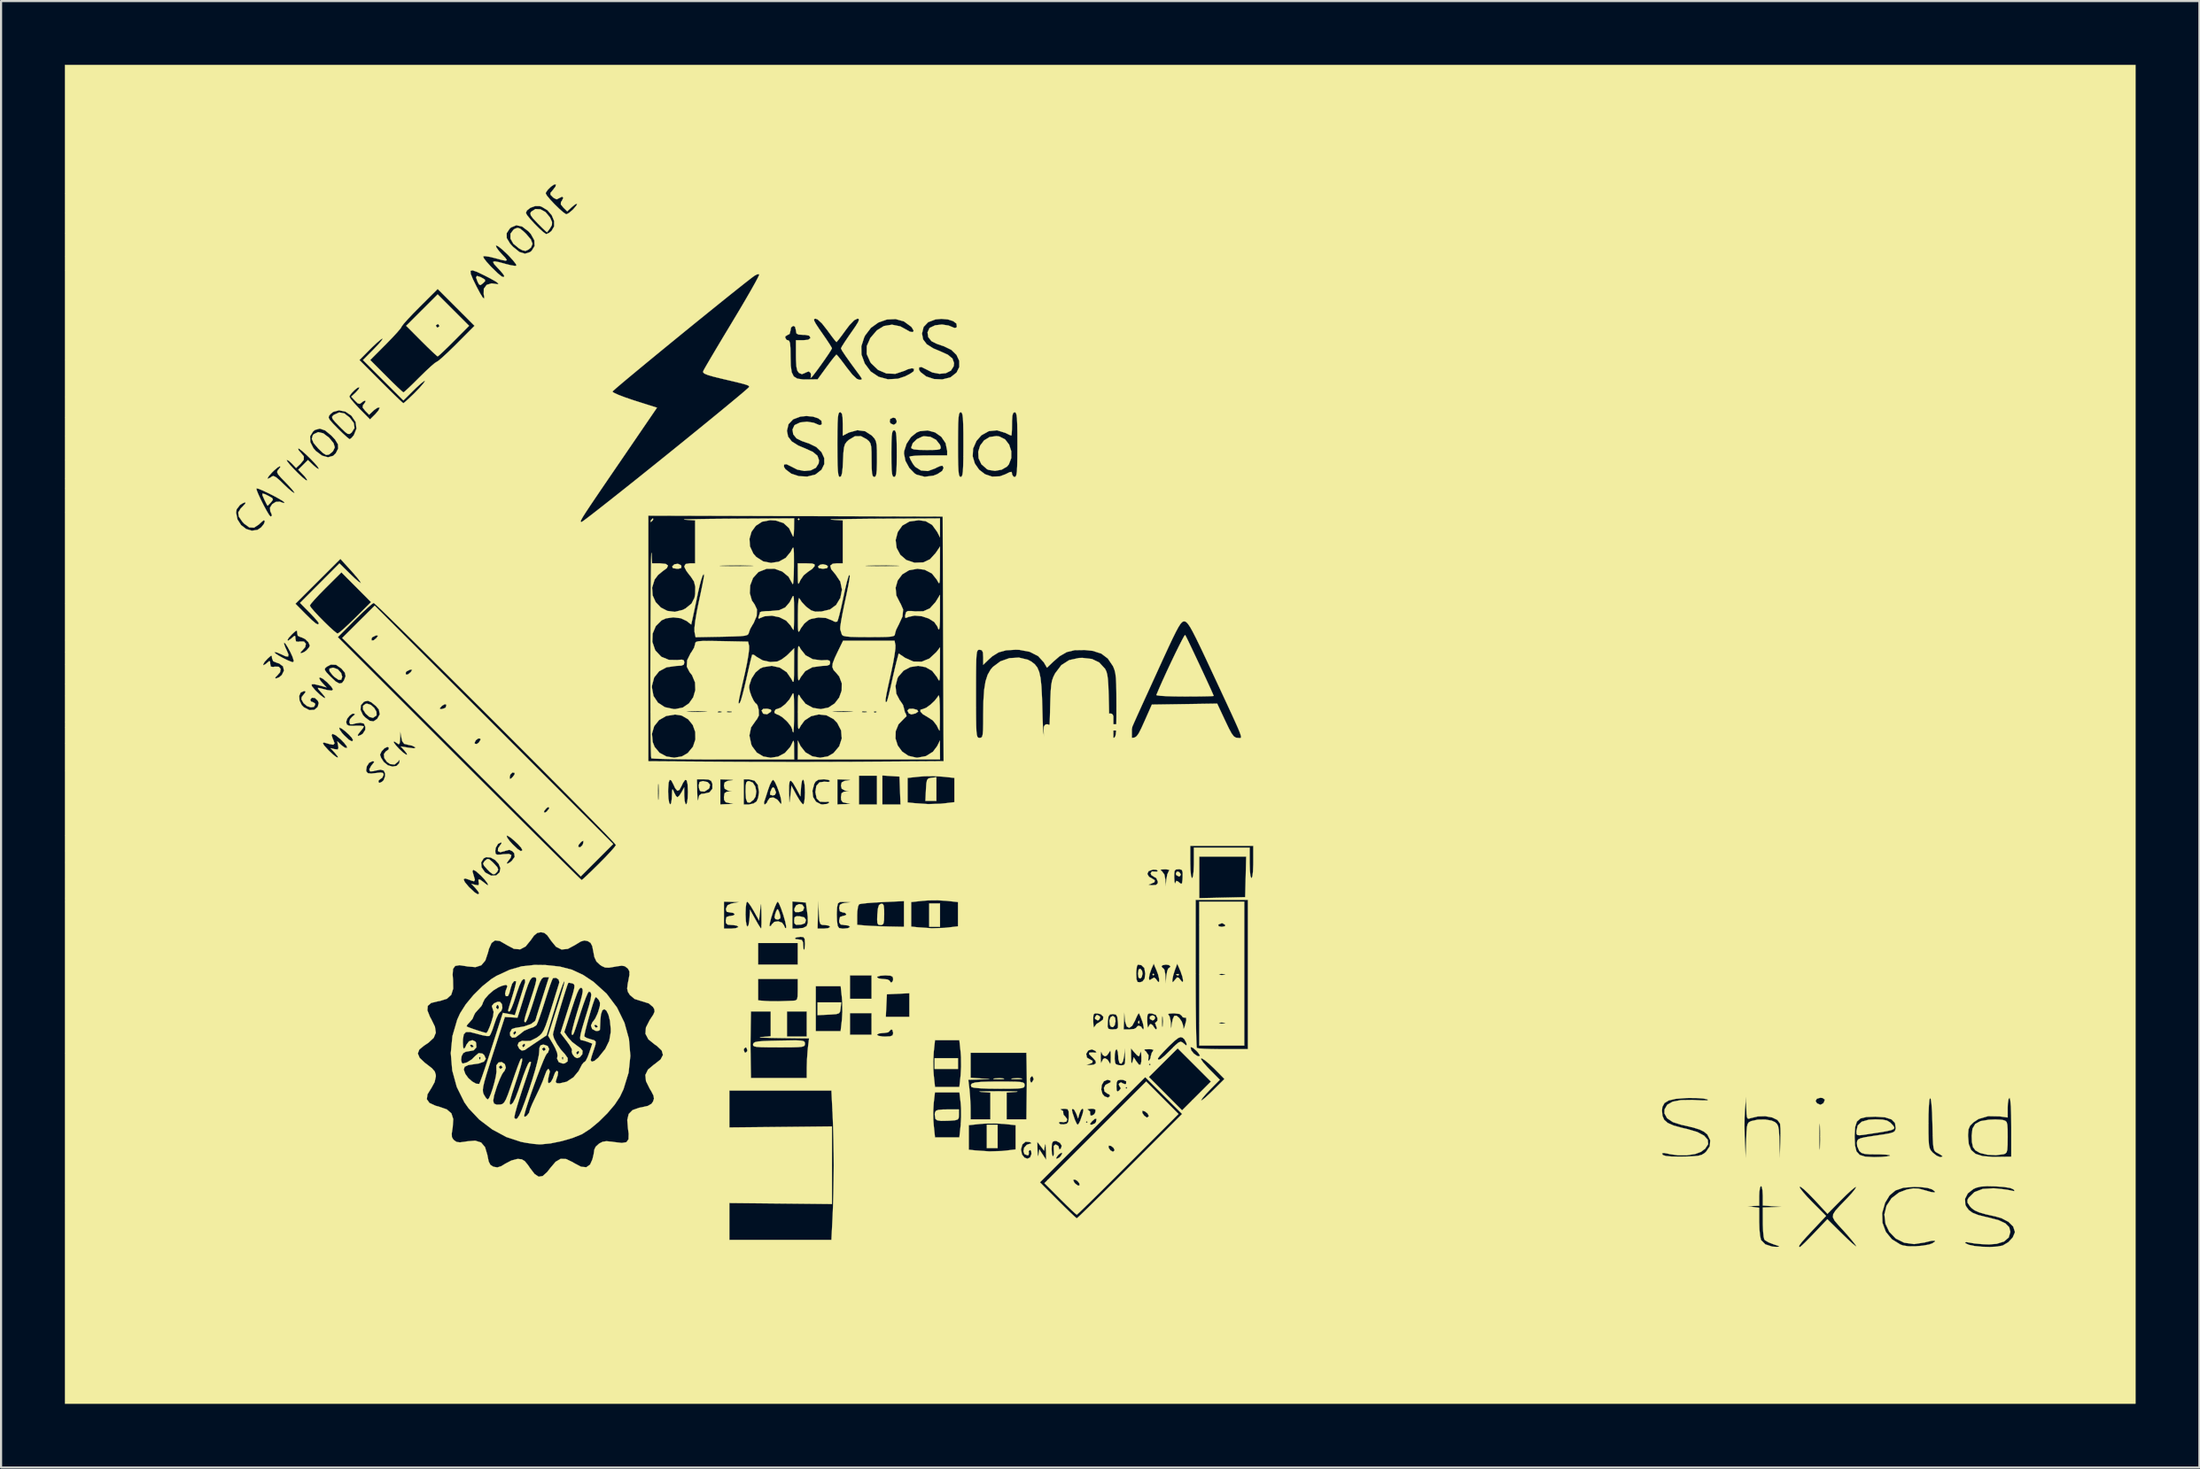
<source format=kicad_pcb>
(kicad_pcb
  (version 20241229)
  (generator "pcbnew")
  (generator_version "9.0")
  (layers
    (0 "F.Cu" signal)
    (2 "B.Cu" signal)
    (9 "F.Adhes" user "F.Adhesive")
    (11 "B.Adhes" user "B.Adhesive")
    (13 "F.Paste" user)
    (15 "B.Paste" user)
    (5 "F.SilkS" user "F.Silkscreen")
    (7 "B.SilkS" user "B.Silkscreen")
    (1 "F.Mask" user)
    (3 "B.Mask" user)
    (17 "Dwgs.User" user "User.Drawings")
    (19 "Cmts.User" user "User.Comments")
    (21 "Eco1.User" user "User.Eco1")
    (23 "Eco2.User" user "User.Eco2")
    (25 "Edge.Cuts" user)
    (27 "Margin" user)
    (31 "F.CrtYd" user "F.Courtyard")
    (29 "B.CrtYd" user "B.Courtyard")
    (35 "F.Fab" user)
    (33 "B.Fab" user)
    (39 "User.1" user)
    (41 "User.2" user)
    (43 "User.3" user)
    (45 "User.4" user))
  (footprint "Untitled"
    (layer "F.Cu")
    (at 48.688 31.501)
    (property "Reference" "Untitled" (at 0 0 0) (layer "F.SilkS") (effects (font (size 1.524 1.524) (thickness 0.3))))
    (attr through_hole)
    (fp_poly (pts (xy -14.139 -10.118) (xy -14.182 -10.075) (xy -14.224 -10.118) (xy -14.182 -10.16) (xy -14.139 -10.118)) (stroke (width 0.01) (type solid)) (fill yes) (layer "F.SilkS"))
    (fp_poly (pts (xy -7.535 9.059) (xy -8.043 9.059) (xy -8.043 7.959) (xy -7.535 7.959) (xy -7.535 9.059)) (stroke (width 0.01) (type solid)) (fill yes) (layer "F.SilkS"))
    (fp_poly (pts (xy -6.689 15.748) (xy -7.789 15.748) (xy -7.789 15.24) (xy -6.689 15.24) (xy -6.689 15.748)) (stroke (width 0.01) (type solid)) (fill yes) (layer "F.SilkS"))
    (fp_poly (pts (xy -4.826 19.473) (xy -5.334 19.473) (xy -5.334 18.373) (xy -4.826 18.373) (xy -4.826 19.473)) (stroke (width 0.01) (type solid)) (fill yes) (layer "F.SilkS"))
    (fp_poly (pts (xy 2.54 11.303) (xy 2.498 11.345) (xy 2.455 11.303) (xy 2.498 11.261) (xy 2.54 11.303)) (stroke (width 0.01) (type solid)) (fill yes) (layer "F.SilkS"))
    (fp_poly (pts (xy 1.834 13.49) (xy 1.845 13.591) (xy 1.834 13.603) (xy 1.784 13.591) (xy 1.778 13.547) (xy 1.809 13.477) (xy 1.834 13.49)) (stroke (width 0.01) (type solid)) (fill yes) (layer "F.SilkS"))
    (fp_poly (pts (xy 3.697 11.289) (xy 3.685 11.339) (xy 3.641 11.345) (xy 3.571 11.314) (xy 3.584 11.289) (xy 3.685 11.279) (xy 3.697 11.289)) (stroke (width 0.01) (type solid)) (fill yes) (layer "F.SilkS"))
    (fp_poly (pts (xy 3.707 6.477) (xy 3.791 6.588) (xy 3.754 6.674) (xy 3.69 6.689) (xy 3.573 6.62) (xy 3.556 6.555) (xy 3.605 6.462) (xy 3.707 6.477)) (stroke (width 0.01) (type solid)) (fill yes) (layer "F.SilkS"))
    (fp_poly (pts (xy -21.024 -10.105) (xy -21.04 -10.075) (xy -21.119 -9.994) (xy -21.134 -9.991) (xy -21.14 -10.045) (xy -21.124 -10.075) (xy -21.045 -10.156) (xy -21.03 -10.16) (xy -21.024 -10.105)) (stroke (width 0.01) (type solid)) (fill yes) (layer "F.SilkS"))
    (fp_poly (pts (xy -15.315 2.552) (xy -15.244 2.743) (xy -15.306 2.858) (xy -15.407 2.879) (xy -15.527 2.841) (xy -15.521 2.731) (xy -15.44 2.537) (xy -15.377 2.489) (xy -15.315 2.552)) (stroke (width 0.01) (type solid)) (fill yes) (layer "F.SilkS"))
    (fp_poly (pts (xy -12.871 -7.961) (xy -12.806 -7.895) (xy -12.85 -7.815) (xy -13.039 -7.789) (xy -13.233 -7.817) (xy -13.271 -7.895) (xy -13.169 -7.978) (xy -13.039 -8.001) (xy -12.871 -7.961)) (stroke (width 0.01) (type solid)) (fill yes) (layer "F.SilkS"))
    (fp_poly (pts (xy -4.55 16.196) (xy -4.516 16.216) (xy -4.627 16.229) (xy -4.784 16.232) (xy -4.976 16.225) (xy -5.032 16.21) (xy -4.973 16.195) (xy -4.723 16.181) (xy -4.55 16.196)) (stroke (width 0.01) (type solid)) (fill yes) (layer "F.SilkS"))
    (fp_poly (pts (xy -3.703 16.196) (xy -3.669 16.216) (xy -3.78 16.229) (xy -3.937 16.232) (xy -4.129 16.225) (xy -4.185 16.21) (xy -4.126 16.195) (xy -3.876 16.181) (xy -3.703 16.196)) (stroke (width 0.01) (type solid)) (fill yes) (layer "F.SilkS"))
    (fp_poly (pts (xy -0.015 13.276) (xy 0 13.335) (xy -0.068 13.447) (xy -0.127 13.462) (xy -0.239 13.394) (xy -0.254 13.335) (xy -0.186 13.223) (xy -0.127 13.208) (xy -0.015 13.276)) (stroke (width 0.01) (type solid)) (fill yes) (layer "F.SilkS"))
    (fp_poly (pts (xy 1.966 11.13) (xy 1.99 11.261) (xy 1.95 11.428) (xy 1.884 11.493) (xy 1.804 11.449) (xy 1.778 11.261) (xy 1.806 11.067) (xy 1.884 11.028) (xy 1.966 11.13)) (stroke (width 0.01) (type solid)) (fill yes) (layer "F.SilkS"))
    (fp_poly (pts (xy 2.541 13.251) (xy 2.586 13.349) (xy 2.523 13.443) (xy 2.455 13.462) (xy 2.345 13.401) (xy 2.332 13.383) (xy 2.337 13.283) (xy 2.439 13.229) (xy 2.541 13.251)) (stroke (width 0.01) (type solid)) (fill yes) (layer "F.SilkS"))
    (fp_poly (pts (xy -19.723 -7.961) (xy -19.698 -7.921) (xy -19.701 -7.827) (xy -19.83 -7.791) (xy -19.906 -7.789) (xy -20.094 -7.818) (xy -20.13 -7.895) (xy -20.025 -7.999) (xy -19.86 -8.023) (xy -19.723 -7.961)) (stroke (width 0.01) (type solid)) (fill yes) (layer "F.SilkS"))
    (fp_poly (pts (xy -15.493 -1.163) (xy -15.469 -1.098) (xy -15.502 -1.048) (xy -15.667 -0.941) (xy -15.832 -0.964) (xy -15.861 -0.988) (xy -15.926 -1.117) (xy -15.847 -1.196) (xy -15.661 -1.203) (xy -15.493 -1.163)) (stroke (width 0.01) (type solid)) (fill yes) (layer "F.SilkS"))
    (fp_poly (pts (xy -12.208 12.89) (xy -12.229 13.041) (xy -12.282 13.125) (xy -12.409 13.166) (xy -12.651 13.185) (xy -12.764 13.191) (xy -13.293 13.216) (xy -13.293 12.615) (xy -12.181 12.615) (xy -12.208 12.89)) (stroke (width 0.01) (type solid)) (fill yes) (layer "F.SilkS"))
    (fp_poly (pts (xy -7.705 3.133) (xy -8.221 3.133) (xy -8.196 2.603) (xy -8.177 2.314) (xy -8.145 2.153) (xy -8.078 2.078) (xy -7.96 2.05) (xy -7.938 2.048) (xy -7.705 2.021) (xy -7.705 3.133)) (stroke (width 0.01) (type solid)) (fill yes) (layer "F.SilkS"))
    (fp_poly (pts (xy 0.694 13.326) (xy 0.72 13.497) (xy 0.683 13.686) (xy 0.598 13.783) (xy 0.502 13.759) (xy 0.459 13.686) (xy 0.429 13.48) (xy 0.483 13.314) (xy 0.594 13.25) (xy 0.694 13.326)) (stroke (width 0.01) (type solid)) (fill yes) (layer "F.SilkS"))
    (fp_poly (pts (xy -29.148 -21.517) (xy -29.087 -21.486) (xy -28.937 -21.397) (xy -28.925 -21.325) (xy -29.023 -21.225) (xy -29.142 -21.135) (xy -29.215 -21.17) (xy -29.284 -21.304) (xy -29.352 -21.499) (xy -29.309 -21.568) (xy -29.148 -21.517)) (stroke (width 0.01) (type solid)) (fill yes) (layer "F.SilkS"))
    (fp_poly (pts (xy -15.141 8.262) (xy -15.089 8.382) (xy -15.04 8.561) (xy -15.043 8.657) (xy -15.147 8.719) (xy -15.27 8.697) (xy -15.319 8.615) (xy -15.283 8.453) (xy -15.243 8.34) (xy -15.187 8.23) (xy -15.141 8.262)) (stroke (width 0.01) (type solid)) (fill yes) (layer "F.SilkS"))
    (fp_poly (pts (xy -8.607 -1.148) (xy -8.559 -1.071) (xy -8.672 -0.988) (xy -8.685 -0.983) (xy -8.879 -0.934) (xy -8.999 -0.984) (xy -9.003 -0.988) (xy -9.068 -1.117) (xy -8.989 -1.197) (xy -8.805 -1.203) (xy -8.607 -1.148)) (stroke (width 0.01) (type solid)) (fill yes) (layer "F.SilkS"))
    (fp_poly (pts (xy -35.854 -3.059) (xy -35.695 -2.882) (xy -35.645 -2.703) (xy -35.691 -2.565) (xy -35.818 -2.563) (xy -36.009 -2.695) (xy -36.096 -2.779) (xy -36.245 -2.972) (xy -36.246 -3.087) (xy -36.098 -3.132) (xy -36.06 -3.133) (xy -35.854 -3.059)) (stroke (width 0.01) (type solid)) (fill yes) (layer "F.SilkS"))
    (fp_poly (pts (xy -14.013 8.015) (xy -13.931 8.132) (xy -13.928 8.17) (xy -13.982 8.307) (xy -14.166 8.367) (xy -14.167 8.367) (xy -14.336 8.368) (xy -14.386 8.291) (xy -14.379 8.198) (xy -14.3 8.052) (xy -14.156 7.989) (xy -14.013 8.015)) (stroke (width 0.01) (type solid)) (fill yes) (layer "F.SilkS"))
    (fp_poly (pts (xy -34.294 -1.379) (xy -34.137 -1.235) (xy -34.035 -1.059) (xy -34.029 -0.905) (xy -34.046 -0.877) (xy -34.196 -0.773) (xy -34.366 -0.817) (xy -34.54 -0.969) (xy -34.668 -1.171) (xy -34.668 -1.337) (xy -34.546 -1.431) (xy -34.468 -1.439) (xy -34.294 -1.379)) (stroke (width 0.01) (type solid)) (fill yes) (layer "F.SilkS"))
    (fp_poly (pts (xy -18.461 2.249) (xy -18.351 2.368) (xy -18.375 2.521) (xy -18.418 2.573) (xy -18.611 2.696) (xy -18.785 2.683) (xy -18.824 2.653) (xy -18.869 2.532) (xy -18.881 2.399) (xy -18.84 2.245) (xy -18.687 2.201) (xy -18.679 2.201) (xy -18.461 2.249)) (stroke (width 0.01) (type solid)) (fill yes) (layer "F.SilkS"))
    (fp_poly (pts (xy -14.118 8.567) (xy -13.919 8.614) (xy -13.846 8.719) (xy -13.843 8.763) (xy -13.887 8.89) (xy -14.047 8.95) (xy -14.118 8.959) (xy -14.307 8.962) (xy -14.382 8.895) (xy -14.393 8.763) (xy -14.374 8.612) (xy -14.283 8.561) (xy -14.118 8.567)) (stroke (width 0.01) (type solid)) (fill yes) (layer "F.SilkS"))
    (fp_poly (pts (xy -39.275 -11.297) (xy -39.104 -11.212) (xy -38.937 -11.116) (xy -38.903 -11.039) (xy -38.982 -10.93) (xy -38.995 -10.916) (xy -39.109 -10.794) (xy -39.156 -10.753) (xy -39.197 -10.821) (xy -39.282 -10.99) (xy -39.311 -11.049) (xy -39.399 -11.252) (xy -39.394 -11.329) (xy -39.275 -11.297)) (stroke (width 0.01) (type solid)) (fill yes) (layer "F.SilkS"))
    (fp_poly (pts (xy -16.338 2.274) (xy -16.221 2.456) (xy -16.174 2.693) (xy -16.209 2.931) (xy -16.304 3.084) (xy -16.478 3.216) (xy -16.594 3.2) (xy -16.659 3.032) (xy -16.679 2.709) (xy -16.673 2.425) (xy -16.646 2.272) (xy -16.584 2.21) (xy -16.513 2.201) (xy -16.338 2.274)) (stroke (width 0.01) (type solid)) (fill yes) (layer "F.SilkS"))
    (fp_poly (pts (xy -28.74 5.876) (xy -28.605 5.986) (xy -28.517 6.072) (xy -28.356 6.25) (xy -28.309 6.366) (xy -28.355 6.467) (xy -28.359 6.472) (xy -28.465 6.576) (xy -28.566 6.581) (xy -28.705 6.476) (xy -28.83 6.349) (xy -28.979 6.182) (xy -29.02 6.079) (xy -28.966 5.987) (xy -28.93 5.949) (xy -28.831 5.869) (xy -28.74 5.876)) (stroke (width 0.01) (type solid)) (fill yes) (layer "F.SilkS"))
    (fp_poly (pts (xy -27.28 -23.795) (xy -27.117 -23.662) (xy -26.997 -23.546) (xy -26.774 -23.283) (xy -26.697 -23.078) (xy -26.765 -22.909) (xy -26.884 -22.809) (xy -27.021 -22.745) (xy -27.163 -22.771) (xy -27.33 -22.862) (xy -27.599 -23.083) (xy -27.735 -23.324) (xy -27.734 -23.554) (xy -27.589 -23.746) (xy -27.517 -23.791) (xy -27.399 -23.831) (xy -27.28 -23.795)) (stroke (width 0.01) (type solid)) (fill yes) (layer "F.SilkS"))
    (fp_poly (pts (xy -13.553 -8.034) (xy -13.439 -7.999) (xy -13.428 -7.926) (xy -13.433 -7.913) (xy -13.539 -7.786) (xy -13.726 -7.657) (xy -13.733 -7.654) (xy -13.945 -7.482) (xy -14.1 -7.255) (xy -14.164 -7.115) (xy -14.199 -7.082) (xy -14.215 -7.174) (xy -14.22 -7.41) (xy -14.221 -7.514) (xy -14.224 -8.043) (xy -13.803 -8.043) (xy -13.553 -8.034)) (stroke (width 0.01) (type solid)) (fill yes) (layer "F.SilkS"))
    (fp_poly (pts (xy -10.226 7.981) (xy -10.181 8.063) (xy -10.162 8.255) (xy -10.16 8.46) (xy -10.166 8.746) (xy -10.192 8.901) (xy -10.252 8.964) (xy -10.334 8.975) (xy -10.431 8.959) (xy -10.479 8.884) (xy -10.49 8.711) (xy -10.482 8.489) (xy -10.455 8.199) (xy -10.406 8.041) (xy -10.322 7.977) (xy -10.308 7.974) (xy -10.226 7.981)) (stroke (width 0.01) (type solid)) (fill yes) (layer "F.SilkS"))
    (fp_poly (pts (xy -36.535 -14.162) (xy -36.266 -13.957) (xy -36.254 -13.945) (xy -36.053 -13.698) (xy -35.994 -13.502) (xy -36.074 -13.329) (xy -36.138 -13.263) (xy -36.28 -13.157) (xy -36.404 -13.144) (xy -36.554 -13.236) (xy -36.77 -13.444) (xy -36.77 -13.444) (xy -36.992 -13.705) (xy -37.075 -13.904) (xy -37.03 -14.067) (xy -36.982 -14.122) (xy -36.78 -14.219) (xy -36.535 -14.162)) (stroke (width 0.01) (type solid)) (fill yes) (layer "F.SilkS"))
    (fp_poly (pts (xy -35.548 -15.099) (xy -35.299 -14.908) (xy -35.101 -14.644) (xy -35.068 -14.411) (xy -35.199 -14.202) (xy -35.205 -14.196) (xy -35.293 -14.133) (xy -35.381 -14.134) (xy -35.504 -14.219) (xy -35.696 -14.403) (xy -35.776 -14.485) (xy -35.992 -14.709) (xy -36.102 -14.848) (xy -36.123 -14.935) (xy -36.071 -15.003) (xy -36.031 -15.034) (xy -35.788 -15.144) (xy -35.548 -15.099)) (stroke (width 0.01) (type solid)) (fill yes) (layer "F.SilkS"))
    (fp_poly (pts (xy -7.991 -13.999) (xy -7.719 -13.856) (xy -7.538 -13.625) (xy -7.511 -13.549) (xy -7.5 -13.465) (xy -7.541 -13.415) (xy -7.666 -13.388) (xy -7.905 -13.379) (xy -8.178 -13.377) (xy -8.542 -13.384) (xy -8.764 -13.406) (xy -8.87 -13.449) (xy -8.89 -13.495) (xy -8.815 -13.701) (xy -8.623 -13.887) (xy -8.365 -14.008) (xy -8.297 -14.023) (xy -7.991 -13.999)) (stroke (width 0.01) (type solid)) (fill yes) (layer "F.SilkS"))
    (fp_poly (pts (xy -6.646 17.907) (xy -6.653 18.046) (xy -6.7 18.124) (xy -6.826 18.162) (xy -7.07 18.181) (xy -7.177 18.186) (xy -7.489 18.191) (xy -7.668 18.163) (xy -7.75 18.098) (xy -7.755 18.085) (xy -7.782 17.893) (xy -7.774 17.806) (xy -7.732 17.722) (xy -7.622 17.675) (xy -7.404 17.656) (xy -7.196 17.653) (xy -6.646 17.653) (xy -6.646 17.907)) (stroke (width 0.01) (type solid)) (fill yes) (layer "F.SilkS"))
    (fp_poly (pts (xy -26.324 -24.703) (xy -26.084 -24.571) (xy -25.884 -24.332) (xy -25.861 -24.29) (xy -25.778 -24.1) (xy -25.785 -23.964) (xy -25.862 -23.827) (xy -25.965 -23.68) (xy -26.019 -23.622) (xy -26.085 -23.678) (xy -26.237 -23.824) (xy -26.442 -24.029) (xy -26.454 -24.041) (xy -26.67 -24.27) (xy -26.779 -24.42) (xy -26.797 -24.521) (xy -26.758 -24.591) (xy -26.562 -24.715) (xy -26.324 -24.703)) (stroke (width 0.01) (type solid)) (fill yes) (layer "F.SilkS"))
    (fp_poly (pts (xy -4.741 -14.012) (xy -4.474 -13.876) (xy -4.284 -13.63) (xy -4.184 -13.321) (xy -4.184 -12.996) (xy -4.297 -12.702) (xy -4.38 -12.6) (xy -4.632 -12.452) (xy -4.949 -12.395) (xy -5.251 -12.441) (xy -5.325 -12.475) (xy -5.588 -12.705) (xy -5.721 -12.989) (xy -5.737 -13.293) (xy -5.647 -13.584) (xy -5.465 -13.826) (xy -5.205 -13.987) (xy -4.878 -14.032) (xy -4.741 -14.012)) (stroke (width 0.01) (type solid)) (fill yes) (layer "F.SilkS"))
    (fp_poly (pts (xy 36.781 18.131) (xy 36.995 18.175) (xy 37.141 18.262) (xy 37.169 18.288) (xy 37.286 18.411) (xy 37.342 18.501) (xy 37.318 18.569) (xy 37.195 18.626) (xy 36.954 18.68) (xy 36.577 18.743) (xy 36.237 18.795) (xy 35.902 18.846) (xy 35.701 18.868) (xy 35.599 18.854) (xy 35.563 18.799) (xy 35.56 18.696) (xy 35.56 18.669) (xy 35.621 18.405) (xy 35.81 18.229) (xy 36.137 18.137) (xy 36.449 18.119) (xy 36.781 18.131)) (stroke (width 0.01) (type solid)) (fill yes) (layer "F.SilkS"))
    (fp_poly (pts (xy -7.56 -1.67) (xy -7.545 -1.363) (xy -7.541 -1.079) (xy -7.54 -0.71) (xy -7.544 -0.412) (xy -7.55 -0.222) (xy -7.557 -0.169) (xy -7.602 -0.238) (xy -7.682 -0.403) (xy -7.689 -0.419) (xy -7.868 -0.649) (xy -8.131 -0.821) (xy -8.341 -0.945) (xy -8.454 -1.067) (xy -8.453 -1.156) (xy -8.346 -1.185) (xy -8.189 -1.245) (xy -7.983 -1.393) (xy -7.782 -1.583) (xy -7.639 -1.769) (xy -7.617 -1.813) (xy -7.584 -1.822) (xy -7.56 -1.67)) (stroke (width 0.01) (type solid)) (fill yes) (layer "F.SilkS"))
    (fp_poly (pts (xy -7.536 -5.736) (xy -7.539 -5.315) (xy -7.552 -5.051) (xy -7.576 -4.934) (xy -7.613 -4.951) (xy -7.661 -5.076) (xy -7.807 -5.284) (xy -8.068 -5.449) (xy -8.391 -5.555) (xy -8.725 -5.585) (xy -9.016 -5.525) (xy -9.052 -5.507) (xy -9.16 -5.471) (xy -9.177 -5.555) (xy -9.165 -5.629) (xy -9.128 -5.749) (xy -9.046 -5.8) (xy -8.872 -5.8) (xy -8.714 -5.783) (xy -8.321 -5.789) (xy -8.012 -5.926) (xy -7.753 -6.21) (xy -7.701 -6.291) (xy -7.536 -6.562) (xy -7.536 -5.736)) (stroke (width 0.01) (type solid)) (fill yes) (layer "F.SilkS"))
    (fp_poly (pts (xy -14.124 -4.079) (xy -14.09 -4.011) (xy -13.855 -3.716) (xy -13.517 -3.532) (xy -13.113 -3.48) (xy -13.055 -3.484) (xy -12.828 -3.494) (xy -12.723 -3.457) (xy -12.7 -3.368) (xy -12.732 -3.273) (xy -12.855 -3.228) (xy -13.085 -3.217) (xy -13.537 -3.156) (xy -13.873 -2.971) (xy -14.082 -2.693) (xy -14.142 -2.577) (xy -14.182 -2.535) (xy -14.205 -2.586) (xy -14.216 -2.753) (xy -14.22 -3.054) (xy -14.22 -3.344) (xy -14.219 -3.747) (xy -14.213 -4.001) (xy -14.198 -4.128) (xy -14.169 -4.147) (xy -14.124 -4.079)) (stroke (width 0.01) (type solid)) (fill yes) (layer "F.SilkS"))
    (fp_poly (pts (xy -4.301 16.342) (xy -3.967 16.348) (xy -3.752 16.362) (xy -3.628 16.388) (xy -3.572 16.43) (xy -3.556 16.49) (xy -3.556 16.51) (xy -3.565 16.576) (xy -3.607 16.622) (xy -3.71 16.652) (xy -3.898 16.669) (xy -4.198 16.677) (xy -4.634 16.679) (xy -4.779 16.679) (xy -5.261 16.674) (xy -5.649 16.658) (xy -5.919 16.633) (xy -6.048 16.601) (xy -6.054 16.595) (xy -6.085 16.501) (xy -6.032 16.432) (xy -5.878 16.385) (xy -5.605 16.357) (xy -5.194 16.343) (xy -4.779 16.341) (xy -4.301 16.342)) (stroke (width 0.01) (type solid)) (fill yes) (layer "F.SilkS"))
    (fp_poly (pts (xy -14.413 -1.842) (xy -14.402 -1.638) (xy -14.398 -1.293) (xy -14.397 -1.079) (xy -14.399 -0.692) (xy -14.407 -0.375) (xy -14.42 -0.161) (xy -14.436 -0.085) (xy -14.473 -0.154) (xy -14.478 -0.22) (xy -14.534 -0.357) (xy -14.678 -0.549) (xy -14.766 -0.643) (xy -14.963 -0.814) (xy -15.134 -0.917) (xy -15.189 -0.931) (xy -15.307 -0.995) (xy -15.325 -1.058) (xy -15.263 -1.171) (xy -15.209 -1.185) (xy -15.026 -1.251) (xy -14.811 -1.418) (xy -14.616 -1.639) (xy -14.514 -1.813) (xy -14.466 -1.91) (xy -14.433 -1.927) (xy -14.413 -1.842)) (stroke (width 0.01) (type solid)) (fill yes) (layer "F.SilkS"))
    (fp_poly (pts (xy 42.352 18.136) (xy 42.456 18.152) (xy 42.559 18.186) (xy 42.623 18.246) (xy 42.656 18.369) (xy 42.67 18.589) (xy 42.672 18.942) (xy 42.672 18.957) (xy 42.669 19.317) (xy 42.655 19.542) (xy 42.622 19.668) (xy 42.56 19.73) (xy 42.481 19.759) (xy 42.122 19.805) (xy 41.724 19.785) (xy 41.38 19.703) (xy 41.351 19.691) (xy 41.154 19.578) (xy 41.04 19.422) (xy 40.989 19.179) (xy 40.979 18.887) (xy 41.017 18.554) (xy 41.149 18.333) (xy 41.397 18.201) (xy 41.78 18.137) (xy 42.085 18.124) (xy 42.352 18.136)) (stroke (width 0.01) (type solid)) (fill yes) (layer "F.SilkS"))
    (fp_poly (pts (xy -30.418 -19.96) (xy -29.678 -19.221) (xy -30.395 -18.5) (xy -30.676 -18.221) (xy -30.913 -17.993) (xy -31.082 -17.838) (xy -31.157 -17.78) (xy -31.157 -17.78) (xy -31.231 -17.837) (xy -31.399 -17.991) (xy -31.636 -18.219) (xy -31.917 -18.497) (xy -31.92 -18.5) (xy -32.635 -19.219) (xy -31.242 -19.219) (xy -31.178 -19.137) (xy -31.157 -19.135) (xy -31.075 -19.199) (xy -31.073 -19.219) (xy -31.137 -19.302) (xy -31.157 -19.304) (xy -31.24 -19.24) (xy -31.242 -19.219) (xy -32.635 -19.219) (xy -32.637 -19.221) (xy -31.897 -19.96) (xy -31.157 -20.7) (xy -30.418 -19.96)) (stroke (width 0.01) (type solid)) (fill yes) (layer "F.SilkS"))
    (fp_poly (pts (xy -14.075 14.413) (xy -13.955 14.437) (xy -13.9 14.477) (xy -13.886 14.538) (xy -13.885 14.56) (xy -13.893 14.627) (xy -13.935 14.674) (xy -14.034 14.704) (xy -14.219 14.722) (xy -14.512 14.73) (xy -14.942 14.732) (xy -15.119 14.732) (xy -15.6 14.73) (xy -15.936 14.724) (xy -16.152 14.709) (xy -16.273 14.683) (xy -16.322 14.643) (xy -16.325 14.586) (xy -16.325 14.584) (xy -16.297 14.525) (xy -16.222 14.482) (xy -16.076 14.453) (xy -15.831 14.434) (xy -15.461 14.42) (xy -15.091 14.412) (xy -14.617 14.404) (xy -14.288 14.403) (xy -14.075 14.413)) (stroke (width 0.01) (type solid)) (fill yes) (layer "F.SilkS"))
    (fp_poly (pts (xy -14.41 -6.415) (xy -14.401 -6.198) (xy -14.397 -5.834) (xy -14.397 -5.779) (xy -14.398 -5.418) (xy -14.404 -5.131) (xy -14.413 -4.952) (xy -14.421 -4.911) (xy -14.477 -4.976) (xy -14.561 -5.119) (xy -14.77 -5.349) (xy -15.083 -5.508) (xy -15.44 -5.581) (xy -15.784 -5.553) (xy -15.936 -5.493) (xy -16.061 -5.44) (xy -16.075 -5.492) (xy -16.057 -5.543) (xy -16.01 -5.694) (xy -16.002 -5.743) (xy -15.925 -5.773) (xy -15.726 -5.794) (xy -15.503 -5.8) (xy -15.1 -5.838) (xy -14.813 -5.968) (xy -14.603 -6.214) (xy -14.512 -6.392) (xy -14.462 -6.492) (xy -14.429 -6.507) (xy -14.41 -6.415)) (stroke (width 0.01) (type solid)) (fill yes) (layer "F.SilkS"))
    (fp_poly (pts (xy 3.993 -4.673) (xy 4.041 -4.586) (xy 4.145 -4.375) (xy 4.291 -4.07) (xy 4.465 -3.702) (xy 4.654 -3.3) (xy 4.844 -2.893) (xy 5.02 -2.512) (xy 5.17 -2.185) (xy 5.278 -1.943) (xy 5.331 -1.816) (xy 5.334 -1.804) (xy 5.254 -1.796) (xy 5.033 -1.788) (xy 4.699 -1.782) (xy 4.281 -1.779) (xy 3.972 -1.778) (xy 3.516 -1.782) (xy 3.129 -1.793) (xy 2.837 -1.81) (xy 2.669 -1.832) (xy 2.639 -1.848) (xy 2.772 -2.164) (xy 2.94 -2.543) (xy 3.129 -2.957) (xy 3.327 -3.38) (xy 3.521 -3.785) (xy 3.698 -4.144) (xy 3.844 -4.429) (xy 3.946 -4.615) (xy 3.993 -4.674) (xy 3.993 -4.673)) (stroke (width 0.01) (type solid)) (fill yes) (layer "F.SilkS"))
    (fp_poly (pts (xy 6.773 14.647) (xy 4.657 14.647) (xy 4.657 13.6) (xy 5.576 13.6) (xy 5.689 13.614) (xy 5.715 13.615) (xy 5.86 13.606) (xy 5.872 13.579) (xy 5.865 13.576) (xy 5.697 13.559) (xy 5.611 13.573) (xy 5.576 13.6) (xy 4.657 13.6) (xy 4.657 11.314) (xy 5.576 11.314) (xy 5.689 11.328) (xy 5.715 11.329) (xy 5.86 11.32) (xy 5.872 11.293) (xy 5.865 11.29) (xy 5.697 11.273) (xy 5.611 11.287) (xy 5.576 11.314) (xy 4.657 11.314) (xy 4.657 8.975) (xy 5.546 8.975) (xy 5.576 9.037) (xy 5.715 9.059) (xy 5.862 9.033) (xy 5.884 8.975) (xy 5.761 8.896) (xy 5.715 8.89) (xy 5.573 8.944) (xy 5.546 8.975) (xy 4.657 8.975) (xy 4.657 7.874) (xy 6.773 7.874) (xy 6.773 14.647)) (stroke (width 0.01) (type solid)) (fill yes) (layer "F.SilkS"))
    (fp_poly (pts (xy 2.921 17.103) (xy 3.681 17.866) (xy 1.312 20.236) (xy 0.791 20.756) (xy 0.307 21.237) (xy -0.126 21.665) (xy -0.495 22.028) (xy -0.789 22.314) (xy -0.992 22.509) (xy -1.093 22.601) (xy -1.102 22.606) (xy -1.175 22.549) (xy -1.343 22.395) (xy -1.58 22.166) (xy -1.864 21.886) (xy -1.885 21.864) (xy -2.624 21.122) (xy -2.484 20.983) (xy -1.27 20.983) (xy -1.217 21.093) (xy -1.168 21.15) (xy -1.036 21.243) (xy -0.969 21.219) (xy -0.983 21.131) (xy -1.065 21.023) (xy -1.178 20.953) (xy -1.26 20.955) (xy -1.27 20.983) (xy -2.484 20.983) (xy -0.958 19.457) (xy 0.394 19.457) (xy 0.478 19.576) (xy 0.591 19.642) (xy 0.603 19.643) (xy 0.676 19.579) (xy 0.677 19.568) (xy 0.622 19.455) (xy 0.505 19.366) (xy 0.402 19.355) (xy 0.395 19.36) (xy 0.394 19.457) (xy -0.958 19.457) (xy -0.231 18.731) (xy 0.777 17.724) (xy 1.976 17.724) (xy 1.979 17.818) (xy 2.064 17.943) (xy 2.177 18.027) (xy 2.212 18.034) (xy 2.285 17.971) (xy 2.286 17.96) (xy 2.231 17.849) (xy 2.111 17.749) (xy 1.999 17.712) (xy 1.976 17.724) (xy 0.777 17.724) (xy 2.161 16.339) (xy 2.921 17.103)) (stroke (width 0.01) (type solid)) (fill yes) (layer "F.SilkS"))
    (fp_poly (pts (xy -28.511 -0.444) (xy -22.903 5.164) (xy -23.665 5.926) (xy -24.427 6.688) (xy -25.816 5.299) (xy -24.545 5.299) (xy -24.46 5.317) (xy -24.448 5.313) (xy -24.344 5.209) (xy -24.311 5.118) (xy -24.304 5.01) (xy -24.377 5.04) (xy -24.417 5.072) (xy -24.528 5.202) (xy -24.545 5.299) (xy -25.816 5.299) (xy -27.454 3.661) (xy -26.162 3.661) (xy -26.111 3.687) (xy -26.035 3.641) (xy -25.928 3.513) (xy -25.908 3.451) (xy -25.959 3.425) (xy -26.035 3.471) (xy -26.142 3.599) (xy -26.162 3.661) (xy -27.454 3.661) (xy -29.102 2.013) (xy -27.771 2.013) (xy -27.759 2.105) (xy -27.695 2.074) (xy -27.628 2.01) (xy -27.537 1.882) (xy -27.537 1.814) (xy -27.642 1.797) (xy -27.739 1.891) (xy -27.771 2.013) (xy -29.102 2.013) (xy -30.037 1.078) (xy -30.721 0.394) (xy -29.42 0.394) (xy -29.411 0.441) (xy -29.32 0.459) (xy -29.226 0.391) (xy -29.143 0.265) (xy -29.149 0.202) (xy -29.248 0.196) (xy -29.36 0.281) (xy -29.42 0.394) (xy -30.721 0.394) (xy -32.336 -1.221) (xy -31.061 -1.221) (xy -31.032 -1.188) (xy -30.969 -1.185) (xy -30.815 -1.234) (xy -30.773 -1.276) (xy -30.745 -1.391) (xy -30.82 -1.418) (xy -30.951 -1.343) (xy -30.966 -1.328) (xy -31.061 -1.221) (xy -32.336 -1.221) (xy -34.014 -2.9) (xy -32.66 -2.9) (xy -32.652 -2.806) (xy -32.559 -2.814) (xy -32.431 -2.918) (xy -32.419 -2.931) (xy -32.353 -3.032) (xy -32.42 -3.045) (xy -32.465 -3.037) (xy -32.616 -2.961) (xy -32.66 -2.9) (xy -34.014 -2.9) (xy -35.623 -4.508) (xy -34.269 -4.508) (xy -34.26 -4.415) (xy -34.168 -4.423) (xy -34.039 -4.526) (xy -34.028 -4.539) (xy -33.961 -4.64) (xy -34.028 -4.653) (xy -34.074 -4.645) (xy -34.225 -4.57) (xy -34.269 -4.508) (xy -35.623 -4.508) (xy -35.646 -4.532) (xy -34.883 -5.292) (xy -34.119 -6.052) (xy -28.511 -0.444)) (stroke (width 0.01) (type solid)) (fill yes) (layer "F.SilkS"))
    (fp_poly (pts (xy -7.536 -9.271) (xy -7.667 -9.525) (xy -7.903 -9.851) (xy -8.209 -10.028) (xy -8.534 -10.073) (xy -8.974 -10.012) (xy -9.305 -9.822) (xy -9.521 -9.52) (xy -9.621 -9.138) (xy -9.574 -8.767) (xy -9.4 -8.443) (xy -9.119 -8.201) (xy -8.751 -8.078) (xy -8.718 -8.074) (xy -8.319 -8.089) (xy -8.003 -8.237) (xy -7.734 -8.535) (xy -7.728 -8.544) (xy -7.535 -8.83) (xy -7.537 -7.908) (xy -7.539 -7.506) (xy -7.545 -7.253) (xy -7.56 -7.128) (xy -7.589 -7.111) (xy -7.635 -7.181) (xy -7.677 -7.265) (xy -7.914 -7.565) (xy -8.257 -7.743) (xy -8.594 -7.789) (xy -8.994 -7.718) (xy -9.31 -7.524) (xy -9.524 -7.24) (xy -9.622 -6.898) (xy -9.588 -6.53) (xy -9.406 -6.169) (xy -9.389 -6.146) (xy -9.269 -5.873) (xy -9.299 -5.544) (xy -9.48 -5.15) (xy -9.492 -5.129) (xy -9.6 -4.913) (xy -9.651 -4.733) (xy -9.652 -4.72) (xy -9.666 -4.662) (xy -9.724 -4.622) (xy -9.853 -4.595) (xy -10.076 -4.58) (xy -10.42 -4.574) (xy -10.882 -4.572) (xy -11.375 -4.575) (xy -11.724 -4.584) (xy -11.952 -4.604) (xy -12.084 -4.635) (xy -12.144 -4.68) (xy -12.152 -4.699) (xy -12.212 -4.891) (xy -12.227 -4.941) (xy -12.223 -5.062) (xy -12.186 -5.315) (xy -12.123 -5.664) (xy -12.039 -6.076) (xy -12.015 -6.185) (xy -11.925 -6.61) (xy -11.85 -6.982) (xy -11.798 -7.267) (xy -11.775 -7.429) (xy -11.774 -7.446) (xy -11.794 -7.514) (xy -11.841 -7.423) (xy -11.912 -7.182) (xy -12.004 -6.798) (xy -12.11 -6.308) (xy -12.194 -5.927) (xy -12.271 -5.608) (xy -12.334 -5.387) (xy -12.368 -5.303) (xy -12.474 -5.292) (xy -12.627 -5.367) (xy -12.902 -5.474) (xy -13.249 -5.496) (xy -13.591 -5.43) (xy -13.708 -5.381) (xy -13.909 -5.218) (xy -14.075 -4.992) (xy -14.082 -4.979) (xy -14.142 -4.863) (xy -14.182 -4.821) (xy -14.204 -4.873) (xy -14.215 -5.04) (xy -14.217 -5.342) (xy -14.217 -5.63) (xy -14.21 -6.038) (xy -14.192 -6.3) (xy -14.166 -6.408) (xy -14.142 -6.385) (xy -14.033 -6.22) (xy -13.849 -6.025) (xy -13.791 -5.974) (xy -13.589 -5.828) (xy -13.397 -5.77) (xy -13.131 -5.776) (xy -13.105 -5.778) (xy -12.707 -5.873) (xy -12.421 -6.083) (xy -12.22 -6.418) (xy -12.143 -6.804) (xy -12.222 -7.186) (xy -12.449 -7.525) (xy -12.456 -7.532) (xy -12.651 -7.768) (xy -12.693 -7.928) (xy -11.043 -7.928) (xy -11.028 -7.919) (xy -10.868 -7.913) (xy -10.575 -7.909) (xy -10.245 -7.908) (xy -9.853 -7.91) (xy -9.583 -7.914) (xy -9.448 -7.921) (xy -9.46 -7.929) (xy -9.588 -7.937) (xy -10.032 -7.948) (xy -10.527 -7.947) (xy -10.901 -7.937) (xy -11.043 -7.928) (xy -12.693 -7.928) (xy -12.694 -7.932) (xy -12.584 -8.023) (xy -12.404 -8.043) (xy -12.107 -8.043) (xy -12.107 -10.067) (xy -12.636 -10.097) (xy -12.682 -10.105) (xy -12.573 -10.113) (xy -12.325 -10.12) (xy -11.953 -10.128) (xy -11.471 -10.134) (xy -10.895 -10.14) (xy -10.351 -10.144) (xy -7.535 -10.16) (xy -7.536 -9.271)) (stroke (width 0.01) (type solid)) (fill yes) (layer "F.SilkS"))
    (fp_poly (pts (xy -9.63 -4.186) (xy -9.634 -4.027) (xy -9.672 -3.741) (xy -9.738 -3.362) (xy -9.828 -2.927) (xy -9.863 -2.768) (xy -9.978 -2.255) (xy -10.053 -1.891) (xy -10.091 -1.656) (xy -10.094 -1.536) (xy -10.065 -1.512) (xy -10.037 -1.534) (xy -10.004 -1.628) (xy -9.945 -1.849) (xy -9.87 -2.161) (xy -9.822 -2.373) (xy -9.735 -2.762) (xy -9.651 -3.124) (xy -9.583 -3.404) (xy -9.561 -3.488) (xy -9.478 -3.802) (xy -9.172 -3.594) (xy -8.789 -3.424) (xy -8.4 -3.415) (xy -8.032 -3.565) (xy -7.712 -3.862) (xy -7.535 -4.087) (xy -7.537 -3.25) (xy -7.539 -2.871) (xy -7.546 -2.64) (xy -7.563 -2.537) (xy -7.595 -2.542) (xy -7.648 -2.634) (xy -7.677 -2.693) (xy -7.904 -2.985) (xy -8.214 -3.16) (xy -8.566 -3.22) (xy -8.923 -3.165) (xy -9.245 -2.996) (xy -9.492 -2.715) (xy -9.533 -2.638) (xy -9.627 -2.274) (xy -9.588 -1.907) (xy -9.425 -1.596) (xy -9.401 -1.57) (xy -9.275 -1.381) (xy -9.229 -1.218) (xy -9.185 -1.032) (xy -9.137 -0.958) (xy -9.108 -0.856) (xy -9.219 -0.745) (xy -9.486 -0.47) (xy -9.618 -0.144) (xy -9.627 0.2) (xy -9.522 0.53) (xy -9.316 0.812) (xy -9.02 1.013) (xy -8.645 1.1) (xy -8.594 1.101) (xy -8.197 1.027) (xy -7.867 0.822) (xy -7.667 0.555) (xy -7.539 0.296) (xy -7.535 1.185) (xy -14.224 1.185) (xy -14.22 0.296) (xy -14.093 0.555) (xy -13.861 0.85) (xy -13.54 1.036) (xy -13.175 1.103) (xy -12.811 1.041) (xy -12.543 0.886) (xy -12.273 0.563) (xy -12.154 0.196) (xy -12.185 -0.182) (xy -12.367 -0.535) (xy -12.543 -0.717) (xy -12.871 -0.894) (xy -13.238 -0.935) (xy -13.598 -0.851) (xy -13.904 -0.65) (xy -14.082 -0.407) (xy -14.142 -0.291) (xy -14.182 -0.249) (xy -14.205 -0.3) (xy -14.216 -0.467) (xy -14.22 -0.768) (xy -14.22 -1.041) (xy -11.208 -1.041) (xy -11.091 -1.029) (xy -10.971 -1.043) (xy -10.986 -1.072) (xy -10.991 -1.072) (xy -10.64 -1.072) (xy -10.628 -1.022) (xy -10.583 -1.016) (xy -10.514 -1.047) (xy -10.527 -1.072) (xy -10.627 -1.083) (xy -10.64 -1.072) (xy -10.991 -1.072) (xy -11.159 -1.083) (xy -11.197 -1.072) (xy -11.208 -1.041) (xy -14.22 -1.041) (xy -14.22 -1.058) (xy -14.22 -1.065) (xy -12.603 -1.065) (xy -12.543 -1.055) (xy -12.346 -1.048) (xy -12.107 -1.047) (xy -11.813 -1.049) (xy -11.645 -1.057) (xy -11.619 -1.068) (xy -11.705 -1.078) (xy -12.06 -1.091) (xy -12.433 -1.083) (xy -12.509 -1.078) (xy -12.603 -1.065) (xy -14.22 -1.065) (xy -14.219 -1.461) (xy -14.213 -1.714) (xy -14.197 -1.84) (xy -14.169 -1.859) (xy -14.123 -1.792) (xy -14.093 -1.731) (xy -13.855 -1.431) (xy -13.51 -1.243) (xy -13.143 -1.185) (xy -12.783 -1.257) (xy -12.489 -1.45) (xy -12.276 -1.728) (xy -12.159 -2.055) (xy -12.153 -2.398) (xy -12.273 -2.719) (xy -12.412 -2.886) (xy -12.541 -3.028) (xy -12.598 -3.167) (xy -12.578 -3.345) (xy -12.48 -3.6) (xy -12.354 -3.867) (xy -12.093 -4.403) (xy -9.672 -4.403) (xy -9.63 -4.186)) (stroke (width 0.01) (type solid)) (fill yes) (layer "F.SilkS"))
    (fp_poly (pts (xy -14.4 -9.673) (xy -14.41 -9.437) (xy -14.428 -9.31) (xy -14.449 -9.313) (xy -14.632 -9.697) (xy -14.894 -9.94) (xy -15.258 -10.058) (xy -15.523 -10.075) (xy -15.9 -10.003) (xy -16.196 -9.811) (xy -16.399 -9.53) (xy -16.494 -9.197) (xy -16.471 -8.843) (xy -16.315 -8.505) (xy -16.177 -8.345) (xy -15.85 -8.136) (xy -15.483 -8.064) (xy -15.116 -8.121) (xy -14.792 -8.299) (xy -14.552 -8.59) (xy -14.519 -8.659) (xy -14.469 -8.762) (xy -14.436 -8.787) (xy -14.416 -8.714) (xy -14.406 -8.524) (xy -14.404 -8.196) (xy -14.405 -7.916) (xy -14.411 -7.543) (xy -14.424 -7.26) (xy -14.442 -7.091) (xy -14.463 -7.064) (xy -14.465 -7.07) (xy -14.657 -7.415) (xy -14.952 -7.659) (xy -15.308 -7.787) (xy -15.687 -7.788) (xy -16.049 -7.646) (xy -16.089 -7.619) (xy -16.328 -7.354) (xy -16.46 -7.01) (xy -16.479 -6.64) (xy -16.38 -6.294) (xy -16.256 -6.116) (xy -16.142 -5.876) (xy -16.156 -5.571) (xy -16.295 -5.239) (xy -16.343 -5.165) (xy -16.462 -4.953) (xy -16.522 -4.784) (xy -16.545 -4.718) (xy -16.602 -4.67) (xy -16.718 -4.638) (xy -16.92 -4.617) (xy -17.235 -4.604) (xy -17.687 -4.593) (xy -17.791 -4.591) (xy -19.028 -4.568) (xy -19.078 -4.82) (xy -19.08 -5.01) (xy -19.044 -5.331) (xy -18.973 -5.753) (xy -18.878 -6.222) (xy -18.787 -6.647) (xy -18.711 -7.017) (xy -18.656 -7.298) (xy -18.63 -7.456) (xy -18.629 -7.474) (xy -18.65 -7.54) (xy -18.697 -7.465) (xy -18.764 -7.274) (xy -18.84 -6.992) (xy -18.909 -6.689) (xy -18.989 -6.302) (xy -19.073 -5.909) (xy -19.137 -5.609) (xy -19.234 -5.164) (xy -19.45 -5.333) (xy -19.727 -5.461) (xy -20.076 -5.502) (xy -20.421 -5.454) (xy -20.624 -5.364) (xy -20.899 -5.09) (xy -21.048 -4.738) (xy -21.062 -4.351) (xy -20.933 -3.972) (xy -20.912 -3.936) (xy -20.643 -3.65) (xy -20.284 -3.502) (xy -19.895 -3.495) (xy -19.677 -3.513) (xy -19.58 -3.478) (xy -19.558 -3.379) (xy -19.585 -3.278) (xy -19.696 -3.23) (xy -19.931 -3.217) (xy -19.943 -3.217) (xy -20.393 -3.152) (xy -20.743 -2.965) (xy -20.977 -2.672) (xy -21.079 -2.288) (xy -21.082 -2.201) (xy -21.007 -1.802) (xy -20.797 -1.487) (xy -20.472 -1.275) (xy -20.053 -1.187) (xy -19.987 -1.185) (xy -19.626 -1.259) (xy -19.339 -1.456) (xy -19.139 -1.741) (xy -19.04 -2.081) (xy -19.054 -2.439) (xy -19.196 -2.782) (xy -19.311 -2.928) (xy -19.442 -3.182) (xy -19.425 -3.486) (xy -19.263 -3.813) (xy -19.22 -3.871) (xy -19.099 -4.072) (xy -19.05 -4.247) (xy -19.04 -4.309) (xy -18.994 -4.352) (xy -18.886 -4.378) (xy -18.691 -4.391) (xy -18.384 -4.393) (xy -17.939 -4.386) (xy -17.805 -4.384) (xy -16.56 -4.36) (xy -16.511 -4.152) (xy -16.512 -3.996) (xy -16.548 -3.712) (xy -16.613 -3.337) (xy -16.703 -2.905) (xy -16.737 -2.755) (xy -16.854 -2.247) (xy -16.935 -1.884) (xy -16.985 -1.644) (xy -17.005 -1.506) (xy -17.001 -1.45) (xy -16.974 -1.456) (xy -16.944 -1.486) (xy -16.898 -1.595) (xy -16.828 -1.836) (xy -16.741 -2.174) (xy -16.647 -2.575) (xy -16.636 -2.625) (xy -16.545 -3.028) (xy -16.465 -3.371) (xy -16.404 -3.62) (xy -16.369 -3.741) (xy -16.367 -3.746) (xy -16.289 -3.741) (xy -16.152 -3.641) (xy -15.873 -3.478) (xy -15.519 -3.401) (xy -15.185 -3.425) (xy -14.986 -3.519) (xy -14.756 -3.69) (xy -14.676 -3.764) (xy -14.393 -4.047) (xy -14.397 -3.188) (xy -14.4 -2.806) (xy -14.408 -2.574) (xy -14.426 -2.471) (xy -14.457 -2.476) (xy -14.505 -2.569) (xy -14.514 -2.59) (xy -14.743 -2.923) (xy -15.066 -3.138) (xy -15.446 -3.221) (xy -15.845 -3.159) (xy -15.995 -3.094) (xy -16.215 -2.905) (xy -16.398 -2.62) (xy -16.5 -2.31) (xy -16.51 -2.201) (xy -16.478 -2.018) (xy -16.4 -1.794) (xy -16.301 -1.587) (xy -16.208 -1.457) (xy -16.173 -1.439) (xy -16.119 -1.365) (xy -16.068 -1.182) (xy -16.06 -1.138) (xy -16.052 -0.887) (xy -16.144 -0.707) (xy -16.179 -0.669) (xy -16.42 -0.324) (xy -16.498 0.06) (xy -16.41 0.475) (xy -16.372 0.562) (xy -16.148 0.863) (xy -15.844 1.044) (xy -15.498 1.105) (xy -15.146 1.05) (xy -14.827 0.879) (xy -14.576 0.595) (xy -14.514 0.473) (xy -14.45 0.334) (xy -14.416 0.306) (xy -14.401 0.407) (xy -14.397 0.657) (xy -14.397 0.699) (xy -14.393 1.185) (xy -17.724 1.185) (xy -18.459 1.184) (xy -19.14 1.18) (xy -19.75 1.174) (xy -20.269 1.166) (xy -20.68 1.156) (xy -20.963 1.145) (xy -21.1 1.132) (xy -21.11 1.129) (xy -21.12 1.036) (xy -21.129 0.789) (xy -21.137 0.403) (xy -21.142 -0.028) (xy -21.081 -0.028) (xy -21.046 0.363) (xy -20.954 0.595) (xy -20.723 0.872) (xy -20.4 1.044) (xy -20.033 1.103) (xy -19.669 1.04) (xy -19.398 0.884) (xy -19.151 0.584) (xy -19.037 0.242) (xy -19.044 -0.11) (xy -19.161 -0.437) (xy -19.377 -0.706) (xy -19.681 -0.881) (xy -19.992 -0.931) (xy -20.413 -0.861) (xy -20.747 -0.668) (xy -20.976 -0.381) (xy -21.081 -0.028) (xy -21.142 -0.028) (xy -21.143 -0.108) (xy -21.148 -0.729) (xy -21.149 -1.036) (xy -17.997 -1.036) (xy -17.914 -1.023) (xy -17.804 -1.038) (xy -17.804 -1.041) (xy -17.558 -1.041) (xy -17.441 -1.029) (xy -17.321 -1.043) (xy -17.335 -1.072) (xy -17.509 -1.083) (xy -17.547 -1.072) (xy -17.558 -1.041) (xy -17.804 -1.041) (xy -17.803 -1.067) (xy -17.916 -1.087) (xy -17.965 -1.074) (xy -17.997 -1.036) (xy -21.149 -1.036) (xy -21.149 -1.065) (xy -19.461 -1.065) (xy -19.401 -1.055) (xy -19.204 -1.048) (xy -18.965 -1.047) (xy -18.671 -1.049) (xy -18.503 -1.057) (xy -18.477 -1.068) (xy -18.563 -1.078) (xy -18.918 -1.091) (xy -19.291 -1.083) (xy -19.367 -1.078) (xy -19.461 -1.065) (xy -21.149 -1.065) (xy -21.151 -1.445) (xy -21.153 -2.24) (xy -21.153 -3.101) (xy -21.151 -3.972) (xy -21.147 -4.862) (xy -21.143 -5.686) (xy -21.139 -6.432) (xy -21.133 -7.086) (xy -21.128 -7.636) (xy -21.122 -8.068) (xy -21.116 -8.371) (xy -21.11 -8.531) (xy -21.104 -8.536) (xy -21.104 -8.53) (xy -21.074 -8.043) (xy -20.697 -8.043) (xy -20.431 -8.016) (xy -20.325 -7.938) (xy -20.382 -7.817) (xy -20.574 -7.676) (xy -20.793 -7.495) (xy -20.955 -7.28) (xy -21.074 -6.898) (xy -21.049 -6.536) (xy -20.904 -6.218) (xy -20.665 -5.967) (xy -20.357 -5.807) (xy -20.004 -5.762) (xy -19.631 -5.853) (xy -19.5 -5.922) (xy -19.22 -6.15) (xy -19.079 -6.425) (xy -19.049 -6.604) (xy -19.042 -6.942) (xy -19.103 -7.19) (xy -19.253 -7.42) (xy -19.304 -7.48) (xy -19.459 -7.685) (xy -19.549 -7.859) (xy -19.558 -7.906) (xy -19.545 -7.928) (xy -17.901 -7.928) (xy -17.886 -7.919) (xy -17.726 -7.913) (xy -17.433 -7.909) (xy -17.103 -7.908) (xy -16.711 -7.91) (xy -16.441 -7.914) (xy -16.306 -7.921) (xy -16.318 -7.929) (xy -16.447 -7.937) (xy -16.89 -7.948) (xy -17.385 -7.947) (xy -17.759 -7.937) (xy -17.901 -7.928) (xy -19.545 -7.928) (xy -19.495 -8.012) (xy -19.304 -8.043) (xy -19.05 -8.043) (xy -19.05 -10.067) (xy -19.537 -10.097) (xy -19.572 -10.105) (xy -19.454 -10.113) (xy -19.197 -10.121) (xy -18.817 -10.128) (xy -18.329 -10.135) (xy -17.748 -10.14) (xy -17.209 -10.144) (xy -14.393 -10.16) (xy -14.4 -9.673)) (stroke (width 0.01) (type solid)) (fill yes) (layer "F.SilkS"))
    (fp_poly (pts (xy -26.083 10.859) (xy -25.41 10.931) (xy -24.84 11.079) (xy -24.315 11.324) (xy -23.83 11.646) (xy -23.213 12.205) (xy -22.725 12.854) (xy -22.374 13.572) (xy -22.162 14.337) (xy -22.096 15.127) (xy -22.179 15.922) (xy -22.418 16.699) (xy -22.586 17.054) (xy -22.831 17.425) (xy -23.175 17.83) (xy -23.574 18.225) (xy -23.982 18.565) (xy -24.356 18.807) (xy -24.393 18.826) (xy -24.823 18.998) (xy -25.331 19.145) (xy -25.846 19.25) (xy -26.297 19.295) (xy -26.374 19.296) (xy -26.646 19.274) (xy -26.992 19.224) (xy -27.24 19.176) (xy -27.923 18.952) (xy -28.59 18.593) (xy -29.199 18.13) (xy -29.705 17.594) (xy -29.902 17.314) (xy -30.195 16.723) (xy -29.033 16.723) (xy -29.026 16.836) (xy -28.997 16.927) (xy -28.984 16.954) (xy -28.883 17.118) (xy -28.802 17.187) (xy -28.801 17.187) (xy -28.737 17.112) (xy -28.653 16.917) (xy -28.563 16.65) (xy -28.48 16.355) (xy -28.418 16.081) (xy -28.39 15.872) (xy -28.395 15.803) (xy -28.396 15.663) (xy -28.279 15.663) (xy -28.214 15.746) (xy -28.194 15.748) (xy -28.112 15.684) (xy -28.109 15.663) (xy -28.174 15.581) (xy -28.194 15.579) (xy -28.276 15.643) (xy -28.279 15.663) (xy -28.396 15.663) (xy -28.397 15.579) (xy -28.294 15.442) (xy -28.142 15.423) (xy -27.998 15.521) (xy -27.951 15.689) (xy -28.02 15.849) (xy -28.044 15.869) (xy -28.126 15.988) (xy -28.237 16.224) (xy -28.357 16.533) (xy -28.391 16.632) (xy -28.506 17.004) (xy -28.546 17.244) (xy -28.508 17.377) (xy -28.384 17.427) (xy -28.201 17.421) (xy -28.11 17.396) (xy -28.031 17.325) (xy -27.948 17.183) (xy -27.85 16.943) (xy -27.721 16.579) (xy -27.65 16.368) (xy -27.515 15.974) (xy -27.395 15.64) (xy -27.301 15.397) (xy -27.245 15.279) (xy -27.241 15.274) (xy -27.187 15.256) (xy -27.188 15.367) (xy -27.247 15.616) (xy -27.366 16.008) (xy -27.513 16.456) (xy -27.651 16.876) (xy -27.735 17.161) (xy -27.769 17.332) (xy -27.758 17.413) (xy -27.708 17.425) (xy -27.616 17.341) (xy -27.5 17.114) (xy -27.356 16.734) (xy -27.252 16.427) (xy -27.123 16.049) (xy -27.003 15.734) (xy -26.907 15.515) (xy -26.846 15.426) (xy -26.846 15.426) (xy -26.803 15.411) (xy -26.777 15.413) (xy -26.773 15.455) (xy -26.796 15.559) (xy -26.854 15.746) (xy -26.95 16.04) (xy -27.091 16.461) (xy -27.176 16.715) (xy -27.317 17.151) (xy -27.432 17.531) (xy -27.513 17.827) (xy -27.55 18.008) (xy -27.549 18.05) (xy -27.485 18.107) (xy -27.411 18.071) (xy -27.318 17.928) (xy -27.199 17.664) (xy -27.049 17.266) (xy -26.858 16.719) (xy -26.857 16.716) (xy -26.7 16.234) (xy -26.564 15.779) (xy -26.461 15.389) (xy -26.399 15.099) (xy -26.386 14.986) (xy -26.374 14.817) (xy -26.247 14.817) (xy -26.182 14.899) (xy -26.162 14.901) (xy -26.08 14.837) (xy -26.077 14.817) (xy -26.142 14.734) (xy -26.162 14.732) (xy -26.244 14.796) (xy -26.247 14.817) (xy -26.374 14.817) (xy -26.369 14.75) (xy -26.32 14.639) (xy -26.214 14.606) (xy -26.163 14.605) (xy -25.985 14.667) (xy -25.913 14.812) (xy -25.969 14.977) (xy -26.029 15.034) (xy -26.089 15.136) (xy -26.191 15.366) (xy -26.322 15.693) (xy -26.471 16.084) (xy -26.626 16.508) (xy -26.776 16.932) (xy -26.909 17.325) (xy -27.014 17.654) (xy -27.078 17.887) (xy -27.093 17.978) (xy -27.042 17.997) (xy -26.966 17.949) (xy -26.859 17.811) (xy -26.839 17.739) (xy -26.803 17.618) (xy -26.708 17.39) (xy -26.571 17.099) (xy -26.53 17.014) (xy -26.366 16.67) (xy -26.222 16.335) (xy -26.126 16.075) (xy -26.118 16.05) (xy -26.041 15.85) (xy -25.965 15.749) (xy -25.941 15.748) (xy -25.882 15.856) (xy -25.884 15.875) (xy -25.916 16.014) (xy -25.96 16.204) (xy -25.971 16.375) (xy -25.917 16.42) (xy -25.828 16.354) (xy -25.736 16.188) (xy -25.707 16.101) (xy -25.635 15.918) (xy -25.563 15.833) (xy -25.557 15.833) (xy -25.491 15.884) (xy -25.514 16.052) (xy -25.567 16.208) (xy -25.61 16.364) (xy -25.544 16.419) (xy -25.419 16.425) (xy -25.088 16.348) (xy -24.774 16.142) (xy -24.528 15.845) (xy -24.475 15.741) (xy -24.37 15.541) (xy -24.281 15.432) (xy -24.255 15.425) (xy -24.194 15.367) (xy -24.106 15.19) (xy -24.036 15.004) (xy -23.884 14.555) (xy -24.097 14.474) (xy -24.285 14.413) (xy -24.39 14.393) (xy -24.443 14.371) (xy -24.46 14.287) (xy -24.45 14.22) (xy -24.26 14.22) (xy -24.15 14.29) (xy -23.96 14.351) (xy -23.799 14.395) (xy -23.727 14.461) (xy -23.734 14.594) (xy -23.81 14.835) (xy -23.834 14.901) (xy -23.911 15.135) (xy -23.956 15.301) (xy -23.961 15.335) (xy -23.91 15.408) (xy -23.782 15.366) (xy -23.609 15.221) (xy -23.597 15.207) (xy -23.275 14.805) (xy -23.089 14.424) (xy -23.018 14.02) (xy -23.018 13.855) (xy -23.055 13.478) (xy -23.127 13.191) (xy -23.221 13.005) (xy -23.321 12.933) (xy -23.412 12.987) (xy -23.479 13.181) (xy -23.506 13.443) (xy -23.517 13.694) (xy -23.526 13.872) (xy -23.529 13.912) (xy -23.607 13.956) (xy -23.727 13.955) (xy -23.893 13.865) (xy -23.946 13.711) (xy -23.791 13.711) (xy -23.73 13.797) (xy -23.707 13.801) (xy -23.624 13.772) (xy -23.622 13.763) (xy -23.681 13.691) (xy -23.707 13.674) (xy -23.785 13.68) (xy -23.791 13.711) (xy -23.946 13.711) (xy -23.948 13.704) (xy -23.874 13.539) (xy -23.852 13.519) (xy -23.752 13.382) (xy -23.643 13.151) (xy -23.601 13.034) (xy -23.529 12.782) (xy -23.523 12.624) (xy -23.582 12.499) (xy -23.589 12.489) (xy -23.689 12.381) (xy -23.734 12.368) (xy -23.786 12.482) (xy -23.865 12.712) (xy -23.959 13.016) (xy -24.057 13.354) (xy -24.147 13.685) (xy -24.218 13.966) (xy -24.258 14.159) (xy -24.26 14.22) (xy -24.45 14.22) (xy -24.436 14.121) (xy -24.367 13.85) (xy -24.248 13.452) (xy -24.172 13.207) (xy -24.036 12.757) (xy -23.958 12.444) (xy -23.933 12.246) (xy -23.96 12.141) (xy -24.036 12.108) (xy -24.047 12.107) (xy -24.1 12.183) (xy -24.19 12.39) (xy -24.303 12.698) (xy -24.429 13.074) (xy -24.438 13.102) (xy -24.576 13.539) (xy -24.674 13.838) (xy -24.74 14.023) (xy -24.784 14.117) (xy -24.817 14.144) (xy -24.847 14.128) (xy -24.856 14.119) (xy -24.851 14.024) (xy -24.801 13.801) (xy -24.716 13.48) (xy -24.603 13.095) (xy -24.586 13.04) (xy -24.454 12.605) (xy -24.373 12.304) (xy -24.337 12.11) (xy -24.342 11.996) (xy -24.383 11.937) (xy -24.389 11.933) (xy -24.449 11.93) (xy -24.516 12.008) (xy -24.6 12.187) (xy -24.71 12.489) (xy -24.857 12.933) (xy -24.857 12.934) (xy -25.204 14.012) (xy -25.033 14.257) (xy -24.84 14.473) (xy -24.625 14.638) (xy -24.444 14.768) (xy -24.342 14.89) (xy -24.342 14.891) (xy -24.355 15.054) (xy -24.472 15.195) (xy -24.603 15.24) (xy -24.719 15.18) (xy -24.819 15.048) (xy -24.836 14.986) (xy -24.638 14.986) (xy -24.609 15.068) (xy -24.601 15.071) (xy -24.528 15.011) (xy -24.511 14.986) (xy -24.518 14.908) (xy -24.548 14.901) (xy -24.635 14.963) (xy -24.638 14.986) (xy -24.836 14.986) (xy -24.856 14.916) (xy -24.838 14.876) (xy -24.859 14.789) (xy -24.963 14.613) (xy -25.086 14.442) (xy -25.381 14.056) (xy -25.019 12.915) (xy -24.877 12.465) (xy -24.783 12.151) (xy -24.734 11.945) (xy -24.724 11.824) (xy -24.749 11.759) (xy -24.806 11.727) (xy -24.823 11.721) (xy -24.968 11.691) (xy -25.014 11.697) (xy -25.055 11.795) (xy -25.13 12.021) (xy -25.23 12.337) (xy -25.344 12.708) (xy -25.46 13.098) (xy -25.568 13.471) (xy -25.658 13.792) (xy -25.718 14.024) (xy -25.738 14.128) (xy -25.685 14.316) (xy -25.55 14.571) (xy -25.367 14.835) (xy -25.178 15.045) (xy -25.043 15.234) (xy -25.047 15.393) (xy -25.182 15.485) (xy -25.273 15.494) (xy -25.462 15.427) (xy -25.542 15.259) (xy -25.539 15.24) (xy -25.315 15.24) (xy -25.284 15.31) (xy -25.259 15.296) (xy -25.249 15.196) (xy -25.259 15.184) (xy -25.309 15.195) (xy -25.315 15.24) (xy -25.539 15.24) (xy -25.52 15.125) (xy -25.536 14.993) (xy -25.624 14.775) (xy -25.719 14.596) (xy -25.963 14.182) (xy -25.682 13.293) (xy -25.499 12.714) (xy -25.364 12.28) (xy -25.271 11.972) (xy -25.216 11.772) (xy -25.193 11.664) (xy -25.198 11.631) (xy -25.218 11.645) (xy -25.268 11.751) (xy -25.355 11.989) (xy -25.469 12.328) (xy -25.6 12.738) (xy -25.664 12.946) (xy -26.035 14.165) (xy -26.491 14.47) (xy -26.747 14.642) (xy -26.956 14.784) (xy -27.061 14.858) (xy -27.201 14.881) (xy -27.317 14.798) (xy -27.393 14.647) (xy -27.178 14.647) (xy -27.149 14.73) (xy -27.141 14.732) (xy -27.068 14.673) (xy -27.051 14.647) (xy -27.058 14.569) (xy -27.088 14.563) (xy -27.175 14.624) (xy -27.178 14.647) (xy -27.393 14.647) (xy -27.399 14.636) (xy -27.344 14.498) (xy -27.187 14.424) (xy -27.026 14.434) (xy -26.794 14.424) (xy -26.505 14.279) (xy -26.497 14.274) (xy -26.365 14.179) (xy -26.262 14.073) (xy -26.171 13.925) (xy -26.078 13.707) (xy -25.967 13.386) (xy -25.825 12.936) (xy -25.694 12.516) (xy -25.58 12.146) (xy -25.492 11.861) (xy -25.441 11.694) (xy -25.435 11.673) (xy -25.466 11.544) (xy -25.586 11.461) (xy -25.719 11.47) (xy -25.744 11.491) (xy -25.791 11.593) (xy -25.876 11.824) (xy -25.985 12.151) (xy -26.109 12.539) (xy -26.119 12.573) (xy -26.246 12.969) (xy -26.362 13.31) (xy -26.455 13.561) (xy -26.513 13.686) (xy -26.515 13.689) (xy -26.653 13.779) (xy -26.849 13.845) (xy -27.086 13.948) (xy -27.301 14.117) (xy -27.492 14.26) (xy -27.654 14.277) (xy -27.749 14.174) (xy -27.754 14.055) (xy -27.601 14.055) (xy -27.572 14.137) (xy -27.564 14.139) (xy -27.492 14.08) (xy -27.474 14.055) (xy -27.481 13.977) (xy -27.512 13.97) (xy -27.598 14.031) (xy -27.601 14.055) (xy -27.754 14.055) (xy -27.755 14.034) (xy -27.668 13.87) (xy -27.517 13.82) (xy -27.088 13.746) (xy -26.769 13.635) (xy -26.583 13.496) (xy -26.55 13.432) (xy -26.506 13.28) (xy -26.422 13.007) (xy -26.312 12.656) (xy -26.212 12.34) (xy -25.923 11.43) (xy -26.112 11.43) (xy -26.195 11.446) (xy -26.268 11.51) (xy -26.343 11.648) (xy -26.434 11.885) (xy -26.551 12.246) (xy -26.626 12.488) (xy -26.752 12.882) (xy -26.866 13.209) (xy -26.958 13.44) (xy -27.016 13.544) (xy -27.022 13.547) (xy -27.064 13.54) (xy -27.082 13.503) (xy -27.07 13.41) (xy -27.024 13.234) (xy -26.936 12.951) (xy -26.801 12.532) (xy -26.797 12.519) (xy -26.657 12.083) (xy -26.567 11.782) (xy -26.523 11.591) (xy -26.522 11.486) (xy -26.56 11.441) (xy -26.635 11.43) (xy -26.656 11.43) (xy -26.735 11.462) (xy -26.815 11.573) (xy -26.909 11.786) (xy -27.027 12.127) (xy -27.107 12.383) (xy -27.403 13.335) (xy -27.7 13.318) (xy -27.997 13.301) (xy -28.549 15.011) (xy -28.732 15.583) (xy -28.867 16.017) (xy -28.959 16.336) (xy -29.012 16.564) (xy -29.033 16.723) (xy -30.195 16.723) (xy -30.259 16.593) (xy -30.472 15.813) (xy -30.513 15.321) (xy -30.054 15.321) (xy -30.023 15.458) (xy -29.966 15.494) (xy -29.772 15.437) (xy -29.552 15.298) (xy -29.493 15.24) (xy -29.21 15.24) (xy -29.179 15.31) (xy -29.154 15.296) (xy -29.143 15.196) (xy -29.154 15.184) (xy -29.204 15.195) (xy -29.21 15.24) (xy -29.493 15.24) (xy -29.396 15.142) (xy -29.227 15.002) (xy -29.051 15.025) (xy -28.965 15.102) (xy -28.893 15.271) (xy -28.981 15.403) (xy -29.221 15.49) (xy -29.389 15.514) (xy -29.714 15.563) (xy -29.888 15.644) (xy -29.93 15.776) (xy -29.858 15.977) (xy -29.851 15.99) (xy -29.714 16.178) (xy -29.53 16.34) (xy -29.347 16.442) (xy -29.214 16.453) (xy -29.196 16.44) (xy -29.155 16.345) (xy -29.07 16.114) (xy -28.953 15.772) (xy -28.81 15.344) (xy -28.651 14.855) (xy -28.615 14.745) (xy -28.091 13.108) (xy -27.808 13.161) (xy -27.526 13.214) (xy -27.306 12.512) (xy -27.201 12.175) (xy -27.111 11.887) (xy -27.053 11.697) (xy -27.042 11.663) (xy -27.053 11.537) (xy -27.117 11.515) (xy -27.204 11.596) (xy -27.317 11.833) (xy -27.45 12.214) (xy -27.47 12.277) (xy -27.578 12.606) (xy -27.678 12.864) (xy -27.753 13.015) (xy -27.779 13.039) (xy -27.821 13.04) (xy -27.842 13.024) (xy -27.835 12.959) (xy -27.795 12.813) (xy -27.716 12.557) (xy -27.644 12.324) (xy -27.552 12.013) (xy -27.49 11.769) (xy -27.467 11.632) (xy -27.47 11.617) (xy -27.562 11.613) (xy -27.658 11.74) (xy -27.731 11.964) (xy -27.735 11.984) (xy -27.79 12.192) (xy -27.851 12.315) (xy -27.859 12.321) (xy -27.952 12.321) (xy -27.988 12.212) (xy -27.952 12.048) (xy -27.937 12.017) (xy -27.877 11.851) (xy -27.935 11.789) (xy -28.12 11.83) (xy -28.286 11.899) (xy -28.529 12.046) (xy -28.764 12.249) (xy -28.948 12.463) (xy -29.038 12.644) (xy -29.041 12.672) (xy -29.097 12.782) (xy -29.235 12.937) (xy -29.252 12.954) (xy -29.397 13.119) (xy -29.463 13.253) (xy -29.464 13.262) (xy -29.521 13.394) (xy -29.648 13.542) (xy -29.768 13.672) (xy -29.797 13.745) (xy -29.797 13.745) (xy -29.698 13.79) (xy -29.497 13.863) (xy -29.254 13.944) (xy -29.029 14.014) (xy -28.883 14.052) (xy -28.864 14.055) (xy -28.807 13.981) (xy -28.72 13.79) (xy -28.638 13.567) (xy -28.547 13.258) (xy -28.525 13.058) (xy -28.566 12.927) (xy -28.591 12.845) (xy -28.414 12.845) (xy -28.402 12.875) (xy -28.32 12.95) (xy -28.28 12.865) (xy -28.279 12.822) (xy -28.32 12.735) (xy -28.365 12.743) (xy -28.414 12.845) (xy -28.591 12.845) (xy -28.61 12.784) (xy -28.51 12.663) (xy -28.503 12.659) (xy -28.332 12.584) (xy -28.228 12.588) (xy -28.135 12.698) (xy -28.114 12.873) (xy -28.168 13.024) (xy -28.22 13.063) (xy -28.301 13.161) (xy -28.401 13.375) (xy -28.489 13.627) (xy -28.582 13.904) (xy -28.669 14.111) (xy -28.726 14.196) (xy -28.843 14.199) (xy -29.068 14.157) (xy -29.31 14.092) (xy -29.632 14.01) (xy -29.829 14.013) (xy -29.931 14.122) (xy -29.968 14.354) (xy -29.971 14.499) (xy -29.958 14.735) (xy -29.916 14.805) (xy -29.845 14.707) (xy -29.818 14.642) (xy -29.633 14.642) (xy -29.572 14.729) (xy -29.549 14.732) (xy -29.466 14.703) (xy -29.464 14.695) (xy -29.523 14.622) (xy -29.549 14.605) (xy -29.627 14.612) (xy -29.633 14.642) (xy -29.818 14.642) (xy -29.803 14.605) (xy -29.684 14.448) (xy -29.525 14.394) (xy -29.387 14.456) (xy -29.349 14.52) (xy -29.336 14.732) (xy -29.462 14.869) (xy -29.625 14.901) (xy -29.834 14.937) (xy -29.955 15.003) (xy -30.031 15.145) (xy -30.054 15.321) (xy -30.513 15.321) (xy -30.54 15.004) (xy -30.462 14.198) (xy -30.237 13.427) (xy -30.1 13.126) (xy -29.837 12.71) (xy -29.474 12.271) (xy -29.057 11.858) (xy -28.634 11.519) (xy -28.387 11.366) (xy -27.778 11.084) (xy -27.206 10.918) (xy -26.601 10.852) (xy -26.083 10.859)) (stroke (width 0.01) (type solid)) (fill yes) (layer "F.SilkS"))
    (fp_poly (pts (xy 48.683 31.496) (xy -48.683 31.496) (xy -48.683 15.02) (xy -32.091 15.02) (xy -32.004 15.225) (xy -31.758 15.459) (xy -31.665 15.528) (xy -31.422 15.718) (xy -31.293 15.869) (xy -31.245 16.024) (xy -31.242 16.1) (xy -31.3 16.365) (xy -31.448 16.637) (xy -31.454 16.645) (xy -31.636 16.942) (xy -31.667 17.172) (xy -31.543 17.346) (xy -31.258 17.478) (xy -31.099 17.521) (xy -30.731 17.648) (xy -30.512 17.835) (xy -30.424 18.107) (xy -30.45 18.491) (xy -30.454 18.514) (xy -30.495 18.788) (xy -30.487 18.952) (xy -30.424 19.063) (xy -30.383 19.104) (xy -30.264 19.182) (xy -30.11 19.202) (xy -29.863 19.17) (xy -29.785 19.155) (xy -29.393 19.121) (xy -29.114 19.208) (xy -28.929 19.428) (xy -28.82 19.794) (xy -28.814 19.833) (xy -28.757 20.105) (xy -28.678 20.258) (xy -28.551 20.341) (xy -28.524 20.351) (xy -28.35 20.38) (xy -28.168 20.323) (xy -27.976 20.205) (xy -27.691 20.056) (xy -27.416 19.984) (xy -27.371 19.981) (xy -27.199 20.001) (xy -27.061 20.085) (xy -26.911 20.266) (xy -26.819 20.403) (xy -26.6 20.69) (xy -26.407 20.818) (xy -26.217 20.786) (xy -26.005 20.596) (xy -25.861 20.41) (xy -25.61 20.115) (xy -25.373 19.976) (xy -25.115 19.985) (xy -24.804 20.136) (xy -24.738 20.178) (xy -24.413 20.349) (xy -24.166 20.372) (xy -23.989 20.247) (xy -23.88 20.002) (xy -23.822 19.759) (xy -23.793 19.569) (xy -23.792 19.547) (xy -23.726 19.407) (xy -23.568 19.262) (xy -23.562 19.258) (xy -23.401 19.174) (xy -23.224 19.147) (xy -22.967 19.17) (xy -22.844 19.189) (xy -22.494 19.229) (xy -22.282 19.193) (xy -22.183 19.057) (xy -22.175 18.798) (xy -22.207 18.551) (xy -22.212 18.5) (xy -17.441 18.5) (xy -15.028 18.476) (xy -12.615 18.452) (xy -12.615 22.103) (xy -15.028 22.079) (xy -17.441 22.056) (xy -17.441 22.924) (xy -17.441 23.791) (xy -12.641 23.791) (xy -12.586 22.712) (xy -12.566 22.216) (xy -12.549 21.619) (xy -12.539 21.081) (xy -2.835 21.081) (xy -1.99 21.928) (xy -1.684 22.232) (xy -1.421 22.488) (xy -1.224 22.674) (xy -1.115 22.768) (xy -1.102 22.775) (xy -1.034 22.717) (xy -0.86 22.552) (xy -0.592 22.292) (xy -0.508 22.21) (xy 30.438 22.21) (xy 30.713 22.244) (xy 30.988 22.278) (xy 30.988 22.956) (xy 30.999 23.299) (xy 31.028 23.592) (xy 31.069 23.781) (xy 31.078 23.802) (xy 31.278 24.001) (xy 31.599 24.106) (xy 31.792 24.119) (xy 31.927 24.113) (xy 31.927 24.111) (xy 32.858 24.111) (xy 32.899 24.13) (xy 32.974 24.072) (xy 33.138 23.916) (xy 33.365 23.687) (xy 33.57 23.474) (xy 34.193 22.818) (xy 34.877 23.493) (xy 35.146 23.754) (xy 35.365 23.955) (xy 35.511 24.076) (xy 35.56 24.099) (xy 35.506 24.012) (xy 35.362 23.829) (xy 35.15 23.579) (xy 34.955 23.36) (xy 34.702 23.084) (xy 34.533 22.885) (xy 34.454 22.729) (xy 34.467 22.582) (xy 34.503 22.526) (xy 36.77 22.526) (xy 36.785 22.989) (xy 36.941 23.41) (xy 37.224 23.758) (xy 37.624 24.007) (xy 37.744 24.051) (xy 37.988 24.089) (xy 38.32 24.092) (xy 38.672 24.063) (xy 38.975 24.009) (xy 39.127 23.955) (xy 39.182 23.917) (xy 40.665 23.917) (xy 40.682 23.943) (xy 40.84 24.02) (xy 41.117 24.078) (xy 41.463 24.113) (xy 41.829 24.124) (xy 42.165 24.107) (xy 42.421 24.06) (xy 42.447 24.051) (xy 42.705 23.897) (xy 42.908 23.679) (xy 43.007 23.45) (xy 43.011 23.406) (xy 42.931 23.162) (xy 42.711 22.942) (xy 42.379 22.768) (xy 42.093 22.686) (xy 41.645 22.586) (xy 41.331 22.496) (xy 41.116 22.4) (xy 40.965 22.286) (xy 40.894 22.206) (xy 40.783 22.037) (xy 40.782 21.909) (xy 40.836 21.81) (xy 41.107 21.543) (xy 41.497 21.394) (xy 42.003 21.363) (xy 42.079 21.368) (xy 42.403 21.399) (xy 42.686 21.438) (xy 42.841 21.469) (xy 42.981 21.498) (xy 42.983 21.456) (xy 42.948 21.416) (xy 42.798 21.35) (xy 42.499 21.301) (xy 42.101 21.272) (xy 41.698 21.264) (xy 41.414 21.283) (xy 41.201 21.334) (xy 41.064 21.394) (xy 40.799 21.601) (xy 40.667 21.857) (xy 40.681 22.13) (xy 40.714 22.206) (xy 40.839 22.382) (xy 41.018 22.514) (xy 41.289 22.621) (xy 41.686 22.72) (xy 41.763 22.736) (xy 42.24 22.861) (xy 42.563 23.011) (xy 42.744 23.194) (xy 42.799 23.41) (xy 42.723 23.676) (xy 42.503 23.867) (xy 42.149 23.977) (xy 41.798 24.003) (xy 41.449 23.99) (xy 41.111 23.958) (xy 40.936 23.929) (xy 40.724 23.894) (xy 40.665 23.917) (xy 39.182 23.917) (xy 39.259 23.865) (xy 39.244 23.824) (xy 39.099 23.832) (xy 38.841 23.892) (xy 38.779 23.91) (xy 38.272 23.989) (xy 37.807 23.924) (xy 37.409 23.726) (xy 37.103 23.409) (xy 36.926 23.034) (xy 36.875 22.594) (xy 36.975 22.184) (xy 37.21 21.83) (xy 37.563 21.56) (xy 37.93 21.421) (xy 38.23 21.366) (xy 38.477 21.375) (xy 38.773 21.454) (xy 38.789 21.459) (xy 39.069 21.538) (xy 39.23 21.558) (xy 39.26 21.522) (xy 39.144 21.432) (xy 39.102 21.407) (xy 38.903 21.346) (xy 38.586 21.307) (xy 38.267 21.296) (xy 37.77 21.336) (xy 37.398 21.463) (xy 37.121 21.694) (xy 36.908 22.044) (xy 36.907 22.047) (xy 36.77 22.526) (xy 34.503 22.526) (xy 34.577 22.41) (xy 34.787 22.178) (xy 35.101 21.854) (xy 35.129 21.825) (xy 35.34 21.594) (xy 35.488 21.409) (xy 35.548 21.305) (xy 35.546 21.294) (xy 35.472 21.331) (xy 35.306 21.468) (xy 35.075 21.682) (xy 34.849 21.906) (xy 34.198 22.564) (xy 33.572 21.888) (xy 33.313 21.621) (xy 33.095 21.416) (xy 32.941 21.296) (xy 32.881 21.277) (xy 32.911 21.359) (xy 33.042 21.531) (xy 33.25 21.768) (xy 33.475 22.003) (xy 34.133 22.664) (xy 33.492 23.345) (xy 33.186 23.674) (xy 32.987 23.9) (xy 32.882 24.04) (xy 32.858 24.111) (xy 31.927 24.111) (xy 31.926 24.09) (xy 31.779 24.036) (xy 31.673 24.002) (xy 31.434 23.909) (xy 31.265 23.811) (xy 31.23 23.775) (xy 31.197 23.643) (xy 31.172 23.389) (xy 31.159 23.063) (xy 31.159 22.966) (xy 31.157 22.267) (xy 32.046 22.236) (xy 31.157 22.174) (xy 31.157 21.713) (xy 31.143 21.459) (xy 31.107 21.291) (xy 31.073 21.251) (xy 31.026 21.328) (xy 30.996 21.525) (xy 30.988 21.717) (xy 30.988 22.183) (xy 30.713 22.196) (xy 30.438 22.21) (xy -0.508 22.21) (xy -0.243 21.949) (xy 0.175 21.537) (xy 0.648 21.067) (xy 1.164 20.553) (xy 1.397 20.32) (xy 3.851 17.865) (xy 3.688 17.702) (xy 26.416 17.702) (xy 26.438 17.951) (xy 26.52 18.14) (xy 26.686 18.287) (xy 26.961 18.408) (xy 27.369 18.521) (xy 27.611 18.576) (xy 28.074 18.713) (xy 28.395 18.883) (xy 28.568 19.077) (xy 28.588 19.286) (xy 28.448 19.499) (xy 28.25 19.648) (xy 27.97 19.752) (xy 27.589 19.807) (xy 27.169 19.809) (xy 26.774 19.755) (xy 26.691 19.733) (xy 26.508 19.699) (xy 26.418 19.719) (xy 26.416 19.727) (xy 26.46 19.798) (xy 26.607 19.844) (xy 26.875 19.868) (xy 27.284 19.872) (xy 27.489 19.869) (xy 27.867 19.858) (xy 28.119 19.833) (xy 28.287 19.787) (xy 28.414 19.71) (xy 28.484 19.649) (xy 28.663 19.387) (xy 28.686 19.104) (xy 28.553 18.838) (xy 28.537 18.82) (xy 28.393 18.7) (xy 28.189 18.599) (xy 27.89 18.505) (xy 27.734 18.468) (xy 30.295 18.468) (xy 30.304 18.932) (xy 30.31 19.094) (xy 30.352 19.939) (xy 30.377 19.11) (xy 30.39 18.729) (xy 30.41 18.483) (xy 30.444 18.337) (xy 30.501 18.257) (xy 30.592 18.209) (xy 30.616 18.2) (xy 30.922 18.132) (xy 31.266 18.126) (xy 31.574 18.179) (xy 31.731 18.25) (xy 31.821 18.33) (xy 31.879 18.441) (xy 31.912 18.621) (xy 31.93 18.909) (xy 31.937 19.161) (xy 31.954 19.939) (xy 31.983 19.219) (xy 31.989 18.923) (xy 33.814 18.923) (xy 33.816 19.263) (xy 33.822 19.482) (xy 33.831 19.564) (xy 33.842 19.495) (xy 33.844 19.455) (xy 33.856 19.085) (xy 33.855 18.936) (xy 35.475 18.936) (xy 35.493 19.353) (xy 35.563 19.629) (xy 35.715 19.794) (xy 35.973 19.873) (xy 36.367 19.895) (xy 36.428 19.895) (xy 36.744 19.886) (xy 36.999 19.863) (xy 37.14 19.831) (xy 37.144 19.829) (xy 37.114 19.8) (xy 36.947 19.778) (xy 36.674 19.767) (xy 36.534 19.767) (xy 36.174 19.763) (xy 35.943 19.743) (xy 35.801 19.698) (xy 35.708 19.621) (xy 35.692 19.6) (xy 35.596 19.382) (xy 35.582 19.219) (xy 35.6 19.124) (xy 35.654 19.056) (xy 35.773 19.004) (xy 35.988 18.957) (xy 36.33 18.903) (xy 36.491 18.879) (xy 36.886 18.82) (xy 37.144 18.772) (xy 37.295 18.723) (xy 37.37 18.662) (xy 37.4 18.577) (xy 37.406 18.536) (xy 37.375 18.292) (xy 38.947 18.292) (xy 38.948 18.764) (xy 38.955 19.098) (xy 38.972 19.324) (xy 39.004 19.473) (xy 39.056 19.577) (xy 39.131 19.665) (xy 39.154 19.689) (xy 39.336 19.831) (xy 39.497 19.896) (xy 39.507 19.897) (xy 39.603 19.872) (xy 39.597 19.842) (xy 39.485 19.764) (xy 39.35 19.691) (xy 39.276 19.646) (xy 39.223 19.58) (xy 39.187 19.465) (xy 39.164 19.274) (xy 39.149 18.979) (xy 39.147 18.894) (xy 40.809 18.894) (xy 40.842 19.282) (xy 40.954 19.56) (xy 41.165 19.744) (xy 41.493 19.847) (xy 41.957 19.884) (xy 42.143 19.884) (xy 42.841 19.875) (xy 42.841 18.489) (xy 42.836 17.941) (xy 42.822 17.52) (xy 42.798 17.238) (xy 42.767 17.11) (xy 42.757 17.103) (xy 42.71 17.179) (xy 42.679 17.377) (xy 42.672 17.567) (xy 42.672 18.031) (xy 42.297 17.979) (xy 41.754 17.969) (xy 41.303 18.101) (xy 41.066 18.257) (xy 40.907 18.415) (xy 40.831 18.586) (xy 40.81 18.84) (xy 40.809 18.894) (xy 39.147 18.894) (xy 39.139 18.552) (xy 39.135 18.349) (xy 39.117 17.795) (xy 39.09 17.402) (xy 39.058 17.171) (xy 39.024 17.104) (xy 38.993 17.201) (xy 38.967 17.463) (xy 38.95 17.892) (xy 38.947 18.292) (xy 37.375 18.292) (xy 37.375 18.291) (xy 37.21 18.122) (xy 36.904 18.023) (xy 36.449 17.992) (xy 36.029 18.009) (xy 35.749 18.077) (xy 35.582 18.224) (xy 35.5 18.477) (xy 35.476 18.86) (xy 35.475 18.936) (xy 33.855 18.936) (xy 33.854 18.667) (xy 33.845 18.439) (xy 33.834 18.315) (xy 33.824 18.347) (xy 33.818 18.522) (xy 33.814 18.827) (xy 33.814 18.923) (xy 31.989 18.923) (xy 31.991 18.865) (xy 31.987 18.557) (xy 31.972 18.35) (xy 31.966 18.316) (xy 31.843 18.147) (xy 31.6 18.03) (xy 31.279 17.972) (xy 30.924 17.981) (xy 30.576 18.064) (xy 30.544 18.077) (xy 30.462 18.091) (xy 30.416 18.029) (xy 30.392 17.858) (xy 30.382 17.599) (xy 30.373 17.255) (xy 33.637 17.255) (xy 33.707 17.364) (xy 33.708 17.365) (xy 33.865 17.434) (xy 33.981 17.377) (xy 34.025 17.328) (xy 34.075 17.193) (xy 33.974 17.115) (xy 33.858 17.103) (xy 33.698 17.15) (xy 33.637 17.255) (xy 30.373 17.255) (xy 30.368 17.06) (xy 30.318 17.655) (xy 30.3 18.016) (xy 30.295 18.468) (xy 27.734 18.468) (xy 27.465 18.405) (xy 27.338 18.379) (xy 26.93 18.25) (xy 26.657 18.066) (xy 26.53 17.838) (xy 26.536 17.652) (xy 26.661 17.434) (xy 26.915 17.288) (xy 27.306 17.213) (xy 27.844 17.205) (xy 27.982 17.211) (xy 28.339 17.228) (xy 28.537 17.226) (xy 28.586 17.203) (xy 28.533 17.173) (xy 28.354 17.139) (xy 28.059 17.118) (xy 27.7 17.114) (xy 27.547 17.117) (xy 27.069 17.153) (xy 26.738 17.228) (xy 26.533 17.352) (xy 26.434 17.536) (xy 26.416 17.702) (xy 3.688 17.702) (xy 2.116 16.13) (xy -2.835 21.081) (xy -12.539 21.081) (xy -12.537 20.989) (xy -12.532 20.395) (xy -12.531 20.278) (xy -12.535 19.7) (xy -12.546 19.072) (xy -12.562 18.462) (xy -12.582 17.939) (xy -12.586 17.843) (xy -12.593 17.722) (xy -7.853 17.722) (xy -7.848 18.147) (xy -7.829 18.408) (xy -7.77 18.965) (xy -6.624 18.965) (xy -6.564 18.408) (xy -6.563 18.392) (xy -6.181 18.392) (xy -6.181 19.548) (xy -5.863 19.581) (xy -5.21 19.626) (xy -4.633 19.609) (xy -4.424 19.588) (xy -4.121 19.551) (xy -3.725 19.551) (xy -3.678 19.774) (xy -3.564 19.919) (xy -3.424 19.971) (xy -3.299 19.913) (xy -3.233 19.748) (xy -3.248 19.601) (xy -3.305 19.558) (xy -3.367 19.619) (xy -3.356 19.685) (xy -3.367 19.794) (xy -3.423 19.812) (xy -3.564 19.753) (xy -3.612 19.613) (xy -3.575 19.45) (xy -3.459 19.32) (xy -3.358 19.282) (xy -3.235 19.25) (xy -3.27 19.208) (xy -3.324 19.182) (xy -3.434 19.177) (xy -2.96 19.177) (xy -2.949 19.6) (xy -2.938 19.809) (xy -2.92 19.857) (xy -2.901 19.778) (xy -2.865 19.532) (xy -2.703 19.778) (xy -2.541 20.024) (xy -2.543 19.933) (xy -2.073 19.933) (xy -2.055 19.981) (xy -1.934 19.923) (xy -1.861 19.852) (xy -1.784 19.721) (xy -1.819 19.685) (xy -1.932 19.755) (xy -1.989 19.811) (xy -2.073 19.933) (xy -2.543 19.933) (xy -2.553 19.558) (xy -2.555 19.521) (xy -2.286 19.521) (xy -2.272 19.739) (xy -2.238 19.857) (xy -2.215 19.863) (xy -2.177 19.757) (xy -2.182 19.564) (xy -2.183 19.562) (xy -2.188 19.374) (xy -2.117 19.307) (xy -2.084 19.304) (xy -1.968 19.373) (xy -1.947 19.448) (xy -1.923 19.541) (xy -1.849 19.494) (xy -1.81 19.362) (xy -1.891 19.228) (xy -2.052 19.143) (xy -2.127 19.135) (xy -2.227 19.163) (xy -2.274 19.275) (xy -2.286 19.514) (xy -2.286 19.521) (xy -2.555 19.521) (xy -2.565 19.34) (xy -2.583 19.27) (xy -2.602 19.343) (xy -2.639 19.594) (xy -2.799 19.385) (xy -2.96 19.177) (xy -3.434 19.177) (xy -3.513 19.173) (xy -3.659 19.298) (xy -3.725 19.523) (xy -3.725 19.551) (xy -4.121 19.551) (xy -3.979 19.534) (xy -3.979 18.392) (xy -4.53 18.333) (xy -4.937 18.311) (xy -5.385 18.316) (xy -5.63 18.333) (xy -6.181 18.392) (xy -6.563 18.392) (xy -6.557 18.288) (xy -1.947 18.288) (xy -1.875 18.35) (xy -1.714 18.357) (xy -1.567 18.323) (xy -1.499 18.234) (xy -1.48 18.038) (xy -1.479 17.971) (xy -1.485 17.745) (xy -1.516 17.675) (xy -1.331 17.675) (xy -1.307 17.801) (xy -1.19 18.144) (xy -1.101 18.335) (xy -1.058 18.373) (xy -1.016 18.325) (xy -0.48 18.325) (xy -0.463 18.368) (xy -0.391 18.373) (xy -0.241 18.305) (xy -0.199 18.242) (xy -0.173 18.099) (xy -0.242 18.085) (xy -0.381 18.203) (xy -0.48 18.325) (xy -1.016 18.325) (xy -0.997 18.304) (xy -0.97 18.246) (xy -0.677 18.246) (xy -0.635 18.288) (xy -0.593 18.246) (xy -0.635 18.203) (xy -0.677 18.246) (xy -0.97 18.246) (xy -0.941 18.182) (xy -0.831 17.868) (xy -0.791 17.686) (xy -0.798 17.663) (xy -0.593 17.663) (xy -0.576 17.668) (xy -0.475 17.756) (xy -0.479 17.828) (xy -0.461 17.933) (xy -0.4 17.949) (xy -0.279 17.878) (xy -0.229 17.78) (xy -0.224 17.663) (xy -0.319 17.621) (xy -0.452 17.62) (xy -0.593 17.636) (xy -0.593 17.663) (xy -0.798 17.663) (xy -0.814 17.614) (xy -0.832 17.611) (xy -0.91 17.683) (xy -0.977 17.843) (xy -1.042 18.076) (xy -1.13 17.843) (xy -1.22 17.673) (xy -1.298 17.614) (xy -1.331 17.675) (xy -1.516 17.675) (xy -1.53 17.643) (xy -1.648 17.619) (xy -1.733 17.62) (xy -1.868 17.637) (xy -1.857 17.665) (xy -1.84 17.669) (xy -1.74 17.738) (xy -1.743 17.792) (xy -1.726 17.901) (xy -1.647 17.984) (xy -1.552 18.117) (xy -1.593 18.227) (xy -1.74 18.255) (xy -1.785 18.243) (xy -1.918 18.24) (xy -1.947 18.288) (xy -6.557 18.288) (xy -6.541 18.014) (xy -6.544 17.593) (xy -6.562 17.35) (xy -6.621 16.849) (xy -7.773 16.849) (xy -7.831 17.35) (xy -7.853 17.722) (xy -12.593 17.722) (xy -12.641 16.764) (xy -17.441 16.764) (xy -17.441 17.632) (xy -17.441 18.5) (xy -22.212 18.5) (xy -22.24 18.147) (xy -22.173 17.865) (xy -21.991 17.682) (xy -21.679 17.573) (xy -21.565 17.552) (xy -21.273 17.486) (xy -21.103 17.387) (xy -21.03 17.284) (xy -20.985 17.147) (xy -21.007 17.002) (xy -21.112 16.796) (xy -21.184 16.678) (xy -21.361 16.32) (xy -21.39 16.03) (xy -21.268 15.78) (xy -20.988 15.544) (xy -20.949 15.519) (xy -20.672 15.299) (xy -20.562 15.088) (xy -20.621 14.879) (xy -20.642 14.859) (xy -16.764 14.859) (xy -16.718 14.972) (xy -16.679 14.986) (xy -16.604 14.917) (xy -16.595 14.859) (xy -16.64 14.746) (xy -16.679 14.732) (xy -16.754 14.801) (xy -16.764 14.859) (xy -20.642 14.859) (xy -20.848 14.663) (xy -20.937 14.603) (xy -16.447 14.603) (xy -16.447 14.605) (xy -16.445 14.84) (xy -16.441 15.173) (xy -16.436 15.532) (xy -16.436 15.536) (xy -16.425 16.171) (xy -13.801 16.171) (xy -13.8 15.684) (xy -13.79 15.351) (xy -7.851 15.351) (xy -7.846 15.799) (xy -7.829 16.044) (xy -7.77 16.595) (xy -6.624 16.595) (xy -6.587 16.256) (xy -6.204 16.256) (xy -6.151 16.701) (xy -6.119 17.059) (xy -6.1 17.459) (xy -6.097 17.632) (xy -6.096 18.119) (xy -5.165 18.119) (xy -5.165 16.858) (xy -5.609 16.826) (xy -5.684 16.816) (xy -5.607 16.807) (xy -5.395 16.8) (xy -5.064 16.796) (xy -4.784 16.795) (xy -4.383 16.797) (xy -4.089 16.802) (xy -3.919 16.81) (xy -3.89 16.819) (xy -3.958 16.826) (xy -4.403 16.858) (xy -4.403 18.119) (xy -3.471 18.119) (xy -3.464 17.462) (xy -3.46 17.108) (xy -3.456 16.787) (xy -3.455 16.719) (xy 0.047 16.719) (xy 0.106 16.927) (xy 0.205 17.038) (xy 0.367 17.097) (xy 0.46 17.028) (xy 0.43 16.95) (xy 0.338 16.909) (xy 0.201 16.805) (xy 0.171 16.644) (xy 0.213 16.563) (xy 0.762 16.563) (xy 0.771 16.757) (xy 0.811 16.811) (xy 0.893 16.761) (xy 0.973 16.655) (xy 0.959 16.637) (xy 1.185 16.637) (xy 1.228 16.679) (xy 1.27 16.637) (xy 1.228 16.595) (xy 1.185 16.637) (xy 0.959 16.637) (xy 0.924 16.59) (xy 0.869 16.478) (xy 0.886 16.431) (xy 0.976 16.377) (xy 1.058 16.425) (xy 1.177 16.469) (xy 1.218 16.441) (xy 1.222 16.327) (xy 1.079 16.264) (xy 0.96 16.256) (xy 0.827 16.28) (xy 0.772 16.384) (xy 0.762 16.563) (xy 0.213 16.563) (xy 0.247 16.498) (xy 0.339 16.45) (xy 0.485 16.375) (xy 0.486 16.295) (xy 0.342 16.256) (xy 0.337 16.256) (xy 0.172 16.327) (xy 0.073 16.5) (xy 0.047 16.719) (xy -3.455 16.719) (xy -3.453 16.566) (xy -3.453 16.552) (xy -3.452 16.343) (xy -3.453 16.261) (xy -3.302 16.261) (xy -3.269 16.378) (xy -3.217 16.383) (xy -3.139 16.26) (xy -3.133 16.209) (xy -3.169 16.125) (xy 2.286 16.125) (xy 3.068 16.911) (xy 3.85 17.696) (xy 4.316 17.23) (xy 4.741 17.23) (xy 4.796 17.21) (xy 4.943 17.091) (xy 5.157 16.895) (xy 5.292 16.764) (xy 5.842 16.219) (xy 5.358 15.729) (xy 5.117 15.501) (xy 4.908 15.329) (xy 4.768 15.244) (xy 4.747 15.24) (xy 4.742 15.294) (xy 4.842 15.439) (xy 5.029 15.651) (xy 5.122 15.748) (xy 5.625 16.256) (xy 5.183 16.703) (xy 4.969 16.93) (xy 4.812 17.115) (xy 4.742 17.223) (xy 4.741 17.23) (xy 4.316 17.23) (xy 5.206 16.341) (xy 4.424 15.559) (xy 3.642 14.777) (xy 2.964 15.451) (xy 2.286 16.125) (xy -3.169 16.125) (xy -3.18 16.099) (xy -3.217 16.087) (xy -3.285 16.158) (xy -3.302 16.261) (xy -3.453 16.261) (xy -3.455 16.029) (xy -3.46 15.675) (xy -3.46 15.642) (xy -3.47 15.043) (xy -0.661 15.043) (xy -0.623 15.215) (xy -0.513 15.281) (xy -0.36 15.367) (xy -0.372 15.457) (xy -0.529 15.519) (xy -0.644 15.546) (xy -0.602 15.56) (xy -0.492 15.567) (xy -0.301 15.543) (xy -0.203 15.48) (xy -0.222 15.364) (xy -0.36 15.208) (xy -0.372 15.198) (xy 0.023 15.198) (xy 0.029 15.398) (xy 0.045 15.471) (xy 0.06 15.431) (xy 0.135 15.282) (xy 0.22 15.24) (xy 0.344 15.31) (xy 0.421 15.431) (xy 0.465 15.511) (xy 0.489 15.459) (xy 0.496 15.274) (xy 0.679 15.274) (xy 0.702 15.453) (xy 0.734 15.522) (xy 0.855 15.567) (xy 0.988 15.579) (xy 1.107 15.563) (xy 1.162 15.487) (xy 1.174 15.306) (xy 1.171 15.177) (xy 1.156 14.774) (xy 1.445 14.774) (xy 1.451 15.198) (xy 1.459 15.426) (xy 1.479 15.495) (xy 1.514 15.417) (xy 1.517 15.409) (xy 1.577 15.198) (xy 1.698 15.388) (xy 1.821 15.546) (xy 1.899 15.548) (xy 1.901 15.536) (xy 2.286 15.536) (xy 2.328 15.579) (xy 2.371 15.536) (xy 2.328 15.494) (xy 2.286 15.536) (xy 1.901 15.536) (xy 1.934 15.391) (xy 1.936 15.177) (xy 1.923 14.984) (xy 1.903 14.923) (xy 1.888 14.965) (xy 1.842 15.113) (xy 1.807 15.155) (xy 1.727 15.097) (xy 1.604 14.965) (xy 1.513 14.856) (xy 2.069 14.856) (xy 2.156 14.931) (xy 2.272 15.102) (xy 2.265 15.227) (xy 2.256 15.35) (xy 2.294 15.362) (xy 2.354 15.259) (xy 2.709 15.259) (xy 2.741 15.321) (xy 2.846 15.277) (xy 3.035 15.12) (xy 3.3 14.861) (xy 3.429 14.733) (xy 4.247 14.733) (xy 4.277 14.868) (xy 4.4 15.023) (xy 4.558 15.134) (xy 4.643 15.155) (xy 4.691 15.116) (xy 4.61 14.989) (xy 4.526 14.897) (xy 4.37 14.76) (xy 4.266 14.717) (xy 4.247 14.733) (xy 3.429 14.733) (xy 3.533 14.629) (xy 3.683 14.503) (xy 3.782 14.464) (xy 3.864 14.496) (xy 3.921 14.543) (xy 4.038 14.64) (xy 4.066 14.617) (xy 4.053 14.529) (xy 3.958 14.351) (xy 3.875 14.277) (xy 3.783 14.249) (xy 3.668 14.291) (xy 3.5 14.421) (xy 3.25 14.657) (xy 3.219 14.688) (xy 2.987 14.925) (xy 2.81 15.12) (xy 2.717 15.24) (xy 2.709 15.259) (xy 2.354 15.259) (xy 2.361 15.246) (xy 2.371 15.167) (xy 2.426 14.981) (xy 2.472 14.918) (xy 2.506 14.849) (xy 2.406 14.82) (xy 2.287 14.817) (xy 2.104 14.823) (xy 2.069 14.856) (xy 1.513 14.856) (xy 1.445 14.774) (xy 1.156 14.774) (xy 1.123 15.134) (xy 1.07 15.393) (xy 0.987 15.505) (xy 0.905 15.469) (xy 0.853 15.282) (xy 0.847 15.155) (xy 0.828 14.943) (xy 0.781 14.825) (xy 0.762 14.817) (xy 0.712 14.89) (xy 0.683 15.064) (xy 0.679 15.274) (xy 0.496 15.274) (xy 0.497 15.257) (xy 0.497 15.198) (xy 0.492 14.964) (xy 0.472 14.883) (xy 0.432 14.939) (xy 0.421 14.965) (xy 0.316 15.112) (xy 0.22 15.155) (xy 0.11 15.083) (xy 0.06 14.965) (xy 0.04 14.93) (xy 0.026 15.041) (xy 0.023 15.198) (xy -0.372 15.198) (xy -0.389 15.184) (xy -0.528 15.048) (xy -0.516 14.98) (xy -0.348 14.972) (xy -0.254 14.983) (xy -0.175 14.972) (xy -0.224 14.9) (xy -0.392 14.825) (xy -0.562 14.877) (xy -0.659 15.033) (xy -0.661 15.043) (xy -3.47 15.043) (xy -3.471 14.986) (xy -6.096 14.986) (xy -6.096 16.162) (xy -5.207 16.225) (xy -5.706 16.24) (xy -6.204 16.256) (xy -6.587 16.256) (xy -6.565 16.044) (xy -6.542 15.637) (xy -6.547 15.189) (xy -6.565 14.944) (xy -6.624 14.393) (xy -7.77 14.393) (xy -7.829 14.944) (xy -7.851 15.351) (xy -13.79 15.351) (xy -13.789 15.309) (xy -13.762 14.915) (xy -13.746 14.753) (xy -13.692 14.309) (xy -15.038 14.293) (xy -15.454 14.286) (xy -15.766 14.277) (xy -15.956 14.266) (xy -16.008 14.255) (xy -15.938 14.246) (xy -15.494 14.215) (xy -15.494 13.039) (xy -14.732 13.039) (xy -14.732 14.224) (xy -13.801 14.224) (xy -13.801 13.039) (xy -14.732 13.039) (xy -15.494 13.039) (xy -16.425 13.039) (xy -16.436 13.674) (xy -16.441 14.033) (xy -16.445 14.366) (xy -16.447 14.603) (xy -20.937 14.603) (xy -20.949 14.595) (xy -21.249 14.352) (xy -21.386 14.092) (xy -21.364 13.798) (xy -21.187 13.449) (xy -21.164 13.415) (xy -21.015 13.188) (xy -20.955 13.045) (xy -20.971 12.932) (xy -21.028 12.833) (xy -21.228 12.663) (xy -21.555 12.562) (xy -21.896 12.454) (xy -22.117 12.268) (xy -22.119 12.265) (xy -22.213 12.116) (xy -22.245 11.965) (xy -22.221 11.749) (xy -22.189 11.593) (xy -22.175 11.515) (xy -16.087 11.515) (xy -16.087 12.52) (xy -15.769 12.547) (xy -15.472 12.561) (xy -15.138 12.562) (xy -15.071 12.56) (xy -14.776 12.55) (xy -14.513 12.54) (xy -14.457 12.539) (xy -14.328 12.525) (xy -14.258 12.47) (xy -14.23 12.332) (xy -14.224 12.071) (xy -14.224 12.023) (xy -14.224 11.853) (xy -13.377 11.853) (xy -13.377 13.97) (xy -12.209 13.97) (xy -12.149 13.455) (xy -12.129 13.123) (xy -11.769 13.123) (xy -11.769 14.139) (xy -10.753 14.139) (xy -10.499 14.139) (xy -10.423 14.19) (xy -10.232 14.22) (xy -10.118 14.224) (xy -9.88 14.213) (xy -9.767 14.167) (xy -9.737 14.067) (xy -9.737 14.055) (xy -9.772 13.917) (xy -9.821 13.885) (xy -9.904 13.95) (xy -9.906 13.97) (xy -9.98 14.026) (xy -10.163 14.054) (xy -10.202 14.055) (xy -10.398 14.076) (xy -10.496 14.128) (xy -10.499 14.139) (xy -10.753 14.139) (xy -10.753 13.334) (xy -0.331 13.334) (xy -0.329 13.52) (xy -0.316 13.722) (xy -0.295 13.802) (xy -0.279 13.775) (xy -0.262 13.751) (xy 0.346 13.751) (xy 0.383 13.855) (xy 0.497 13.884) (xy 0.593 13.885) (xy 1.101 13.885) (xy 1.397 13.885) (xy 1.593 13.864) (xy 1.691 13.812) (xy 1.693 13.801) (xy 1.762 13.726) (xy 1.82 13.716) (xy 1.933 13.762) (xy 1.947 13.801) (xy 2.008 13.883) (xy 2.027 13.885) (xy 2.049 13.814) (xy 2.016 13.634) (xy 1.977 13.504) (xy 1.913 13.333) (xy 2.209 13.333) (xy 2.211 13.52) (xy 2.223 13.723) (xy 2.244 13.805) (xy 2.26 13.78) (xy 2.331 13.654) (xy 2.38 13.631) (xy 2.477 13.699) (xy 2.509 13.758) (xy 2.594 13.87) (xy 2.637 13.885) (xy 2.665 13.824) (xy 2.625 13.716) (xy 2.577 13.581) (xy 2.628 13.547) (xy 2.665 13.504) (xy 2.903 13.504) (xy 2.908 13.705) (xy 2.923 13.779) (xy 2.938 13.738) (xy 2.954 13.506) (xy 2.939 13.315) (xy 2.92 13.256) (xy 2.907 13.348) (xy 2.903 13.504) (xy 2.665 13.504) (xy 2.69 13.477) (xy 2.694 13.356) (xy 2.613 13.198) (xy 2.518 13.167) (xy 3.181 13.167) (xy 3.196 13.179) (xy 3.265 13.283) (xy 3.309 13.492) (xy 3.316 13.575) (xy 3.325 13.787) (xy 3.335 13.837) (xy 3.352 13.733) (xy 3.364 13.631) (xy 3.41 13.408) (xy 3.476 13.258) (xy 3.483 13.25) (xy 3.587 13.243) (xy 3.716 13.348) (xy 3.833 13.518) (xy 3.899 13.708) (xy 3.903 13.747) (xy 3.915 13.86) (xy 3.944 13.822) (xy 3.979 13.716) (xy 4.047 13.455) (xy 4.038 13.331) (xy 3.979 13.335) (xy 3.882 13.317) (xy 3.843 13.256) (xy 3.733 13.161) (xy 3.49 13.13) (xy 3.441 13.13) (xy 3.252 13.143) (xy 3.181 13.167) (xy 2.518 13.167) (xy 2.434 13.139) (xy 2.295 13.133) (xy 2.228 13.184) (xy 2.209 13.333) (xy 1.913 13.333) (xy 1.894 13.282) (xy 1.83 13.144) (xy 1.812 13.123) (xy 1.762 13.194) (xy 1.678 13.372) (xy 1.641 13.462) (xy 1.502 13.717) (xy 1.365 13.813) (xy 1.249 13.751) (xy 1.174 13.531) (xy 1.163 13.441) (xy 1.13 13.081) (xy 1.115 13.483) (xy 1.101 13.885) (xy 0.593 13.885) (xy 0.757 13.876) (xy 0.829 13.815) (xy 0.839 13.656) (xy 0.83 13.525) (xy 0.802 13.298) (xy 0.742 13.193) (xy 0.619 13.166) (xy 0.593 13.166) (xy 0.457 13.185) (xy 0.389 13.275) (xy 0.358 13.48) (xy 0.355 13.525) (xy 0.346 13.751) (xy -0.262 13.751) (xy -0.175 13.631) (xy -0.029 13.542) (xy 0.131 13.425) (xy 0.146 13.286) (xy 0.026 13.174) (xy -0.107 13.139) (xy -0.245 13.133) (xy -0.312 13.184) (xy -0.331 13.334) (xy -10.753 13.334) (xy -10.753 13.293) (xy -10.083 13.293) (xy -8.975 13.293) (xy -8.975 12.184) (xy -9.504 12.209) (xy -10.033 12.234) (xy -10.058 12.764) (xy -10.083 13.293) (xy -10.753 13.293) (xy -10.753 13.123) (xy -11.769 13.123) (xy -12.129 13.123) (xy -12.125 13.069) (xy -12.13 12.638) (xy -12.147 12.397) (xy -12.205 11.853) (xy -13.377 11.853) (xy -14.224 11.853) (xy -14.224 11.515) (xy -16.087 11.515) (xy -22.175 11.515) (xy -22.143 11.345) (xy -11.769 11.345) (xy -11.769 12.446) (xy -10.753 12.446) (xy -10.753 11.43) (xy -10.499 11.43) (xy -10.424 11.486) (xy -10.241 11.514) (xy -10.202 11.515) (xy -10.006 11.536) (xy -9.909 11.588) (xy -9.906 11.599) (xy -9.842 11.682) (xy -9.821 11.684) (xy -9.753 11.613) (xy -9.737 11.515) (xy -9.762 11.409) (xy -9.865 11.359) (xy -10.09 11.345) (xy -10.118 11.345) (xy -10.345 11.362) (xy -10.481 11.405) (xy -10.499 11.43) (xy -10.753 11.43) (xy -10.753 11.345) (xy -11.769 11.345) (xy -22.143 11.345) (xy -22.139 11.322) (xy -22.139 11.261) (xy 1.693 11.261) (xy 1.705 11.528) (xy 1.755 11.654) (xy 1.866 11.67) (xy 1.983 11.633) (xy 2.087 11.503) (xy 2.092 11.462) (xy 2.29 11.462) (xy 2.305 11.569) (xy 2.388 11.535) (xy 2.421 11.508) (xy 2.539 11.445) (xy 2.628 11.522) (xy 2.651 11.561) (xy 2.733 11.663) (xy 2.772 11.633) (xy 2.769 11.503) (xy 2.722 11.306) (xy 2.657 11.13) (xy 2.569 10.922) (xy 2.879 10.922) (xy 2.943 11.004) (xy 2.963 11.007) (xy 3.018 11.082) (xy 3.056 11.272) (xy 3.063 11.367) (xy 3.078 11.726) (xy 3.093 11.552) (xy 3.393 11.552) (xy 3.395 11.666) (xy 3.439 11.645) (xy 3.514 11.552) (xy 3.616 11.438) (xy 3.691 11.459) (xy 3.768 11.552) (xy 3.861 11.659) (xy 3.892 11.632) (xy 3.895 11.57) (xy 3.862 11.401) (xy 3.782 11.165) (xy 3.758 11.11) (xy 3.622 10.795) (xy 3.511 11.091) (xy 3.434 11.335) (xy 3.394 11.535) (xy 3.393 11.552) (xy 3.093 11.552) (xy 3.11 11.367) (xy 3.147 11.147) (xy 3.2 11.019) (xy 3.222 11.007) (xy 3.3 10.942) (xy 3.302 10.922) (xy 3.23 10.858) (xy 3.09 10.837) (xy 2.931 10.866) (xy 2.879 10.922) (xy 2.569 10.922) (xy 2.515 10.795) (xy 2.404 11.049) (xy 2.324 11.278) (xy 2.29 11.462) (xy 2.092 11.462) (xy 2.117 11.261) (xy 2.073 10.996) (xy 1.934 10.863) (xy 1.771 10.837) (xy 1.727 10.913) (xy 1.699 11.108) (xy 1.693 11.261) (xy -22.139 11.261) (xy -22.14 11.159) (xy -22.196 11.048) (xy -22.244 10.997) (xy -22.357 10.913) (xy -22.501 10.889) (xy -22.733 10.919) (xy -22.833 10.938) (xy -23.106 10.983) (xy -23.286 10.974) (xy -23.443 10.902) (xy -23.523 10.847) (xy -23.691 10.691) (xy -23.787 10.486) (xy -23.834 10.239) (xy -23.887 9.968) (xy -23.963 9.821) (xy -16.087 9.821) (xy -16.087 10.837) (xy -14.224 10.837) (xy -14.224 9.821) (xy -16.087 9.821) (xy -23.963 9.821) (xy -23.966 9.815) (xy -24.099 9.732) (xy -24.102 9.731) (xy -24.257 9.701) (xy -24.425 9.75) (xy -24.66 9.892) (xy -24.686 9.91) (xy -25.036 10.097) (xy -25.332 10.127) (xy -25.591 9.998) (xy -25.83 9.706) (xy -25.841 9.687) (xy -25.901 9.602) (xy -14.364 9.602) (xy -14.316 9.642) (xy -14.196 9.652) (xy -14.035 9.677) (xy -13.976 9.786) (xy -13.97 9.906) (xy -13.958 10.084) (xy -13.928 10.16) (xy -13.928 10.16) (xy -13.901 10.085) (xy -13.886 9.899) (xy -13.885 9.84) (xy -13.898 9.63) (xy -13.957 9.542) (xy -14.094 9.529) (xy -14.096 9.529) (xy -14.284 9.556) (xy -14.364 9.602) (xy -25.901 9.602) (xy -26.006 9.453) (xy -26.152 9.34) (xy -26.307 9.313) (xy -26.477 9.348) (xy -26.628 9.474) (xy -26.777 9.684) (xy -27.021 9.984) (xy -27.279 10.12) (xy -27.571 10.095) (xy -27.914 9.912) (xy -27.931 9.9) (xy -28.232 9.727) (xy -28.458 9.698) (xy -28.624 9.82) (xy -28.747 10.1) (xy -28.79 10.27) (xy -28.915 10.644) (xy -29.103 10.867) (xy -29.375 10.956) (xy -29.756 10.924) (xy -29.799 10.915) (xy -30.128 10.865) (xy -30.333 10.9) (xy -30.434 11.042) (xy -30.454 11.312) (xy -30.435 11.551) (xy -30.427 11.967) (xy -30.518 12.258) (xy -30.722 12.445) (xy -31.057 12.55) (xy -31.154 12.565) (xy -31.462 12.641) (xy -31.622 12.778) (xy -31.64 12.99) (xy -31.521 13.292) (xy -31.461 13.399) (xy -31.286 13.758) (xy -31.243 14.041) (xy -31.342 14.282) (xy -31.591 14.514) (xy -31.79 14.646) (xy -32.019 14.832) (xy -32.091 15.02) (xy -48.683 15.02) (xy -48.683 9.144) (xy -17.695 9.144) (xy -17.357 9.144) (xy -17.145 9.125) (xy -17.027 9.078) (xy -17.018 9.059) (xy -17.092 9.003) (xy -17.275 8.975) (xy -17.314 8.975) (xy -17.515 8.959) (xy -17.597 8.888) (xy -17.611 8.763) (xy -17.576 8.602) (xy -17.438 8.552) (xy -17.399 8.551) (xy -17.24 8.522) (xy -17.187 8.467) (xy -16.679 8.467) (xy -16.665 8.788) (xy -16.63 8.987) (xy -16.584 9.053) (xy -16.537 8.975) (xy -16.5 8.743) (xy -16.493 8.657) (xy -16.468 8.255) (xy -16.221 8.7) (xy -16.087 8.935) (xy -15.986 9.096) (xy -15.946 9.144) (xy -14.478 9.144) (xy -14.192 9.144) (xy -13.293 9.144) (xy -12.996 9.144) (xy -12.8 9.123) (xy -12.703 9.07) (xy -12.7 9.059) (xy -12.773 9) (xy -12.95 8.975) (xy -13.083 8.968) (xy -13.16 8.924) (xy -13.2 8.804) (xy -13.221 8.57) (xy -13.228 8.444) (xy -12.39 8.444) (xy -12.38 8.758) (xy -12.377 8.796) (xy -12.346 9.017) (xy -12.28 9.117) (xy -12.135 9.143) (xy -12.056 9.144) (xy -11.864 9.122) (xy -11.77 9.069) (xy -11.769 9.059) (xy -11.842 9) (xy -12.02 8.975) (xy -12.023 8.975) (xy -12.204 8.952) (xy -12.271 8.855) (xy -12.277 8.763) (xy -12.237 8.597) (xy -12.107 8.551) (xy -11.97 8.516) (xy -11.965 8.509) (xy -11.43 8.509) (xy -11.43 8.965) (xy -11.07 8.997) (xy -10.814 9.014) (xy -10.456 9.03) (xy -10.064 9.042) (xy -9.97 9.045) (xy -9.229 9.059) (xy -9.229 7.894) (xy -8.89 7.894) (xy -8.89 9.049) (xy -8.572 9.082) (xy -7.919 9.127) (xy -7.342 9.11) (xy -7.133 9.089) (xy -6.689 9.036) (xy -6.689 7.894) (xy -7.239 7.835) (xy -7.646 7.812) (xy -8.094 7.817) (xy -8.34 7.835) (xy -8.89 7.894) (xy -9.229 7.894) (xy -9.229 7.849) (xy -10.239 7.896) (xy -10.641 7.918) (xy -10.983 7.945) (xy -11.229 7.973) (xy -11.34 7.998) (xy -11.39 8.107) (xy -11.423 8.329) (xy -11.43 8.509) (xy -11.965 8.509) (xy -11.938 8.467) (xy -12.009 8.398) (xy -12.107 8.382) (xy -12.241 8.331) (xy -12.277 8.176) (xy -12.245 8.026) (xy -12.118 7.955) (xy -12.002 7.935) (xy -11.726 7.901) (xy -12.035 7.888) (xy -12.24 7.892) (xy -12.334 7.959) (xy -12.373 8.134) (xy -12.376 8.161) (xy -12.39 8.444) (xy -13.228 8.444) (xy -13.23 8.403) (xy -13.26 7.832) (xy -13.293 9.144) (xy -14.192 9.144) (xy -13.966 9.11) (xy -13.811 9.029) (xy -13.806 9.024) (xy -13.751 8.868) (xy -13.754 8.589) (xy -13.775 8.41) (xy -13.843 7.916) (xy -14.161 7.89) (xy -14.478 7.864) (xy -14.478 9.144) (xy -15.946 9.144) (xy -15.934 9.066) (xy -15.933 9.016) (xy -15.553 9.016) (xy -15.547 9.035) (xy -15.482 9.012) (xy -15.445 8.944) (xy -15.324 8.826) (xy -15.14 8.801) (xy -14.963 8.865) (xy -14.872 8.992) (xy -14.816 9.116) (xy -14.771 9.126) (xy -14.769 9.026) (xy -14.814 8.809) (xy -14.896 8.521) (xy -14.911 8.474) (xy -15.011 8.185) (xy -15.1 7.973) (xy -15.159 7.876) (xy -15.165 7.874) (xy -15.222 7.948) (xy -15.304 8.135) (xy -15.395 8.386) (xy -15.478 8.65) (xy -15.536 8.877) (xy -15.553 9.016) (xy -15.933 9.016) (xy -15.928 8.86) (xy -15.93 8.565) (xy -15.931 8.488) (xy -15.939 8.168) (xy -15.946 8.007) (xy -15.958 7.996) (xy -15.976 8.125) (xy -15.995 8.297) (xy -16.044 8.763) (xy -16.291 8.319) (xy -16.432 8.083) (xy -16.55 7.921) (xy -16.608 7.874) (xy -16.643 7.951) (xy -16.669 8.155) (xy -16.679 8.443) (xy -16.679 8.467) (xy -17.187 8.467) (xy -17.26 8.404) (xy -17.405 8.382) (xy -17.563 8.354) (xy -17.601 8.243) (xy -17.595 8.191) (xy -17.526 8.045) (xy -17.344 7.963) (xy -17.272 7.949) (xy -16.976 7.896) (xy -17.335 7.885) (xy -17.695 7.874) (xy -17.695 9.144) (xy -48.683 9.144) (xy -48.683 7.789) (xy 4.487 7.789) (xy 4.487 11.247) (xy 4.489 11.996) (xy 4.492 12.692) (xy 4.499 13.317) (xy 4.506 13.852) (xy 4.516 14.28) (xy 4.527 14.582) (xy 4.539 14.741) (xy 4.544 14.76) (xy 4.645 14.781) (xy 4.882 14.798) (xy 5.225 14.81) (xy 5.639 14.816) (xy 5.771 14.817) (xy 6.943 14.817) (xy 6.943 7.789) (xy 4.487 7.789) (xy -48.683 7.789) (xy -48.683 6.821) (xy -29.937 6.821) (xy -29.882 6.953) (xy -29.7 7.171) (xy -29.674 7.198) (xy -29.424 7.434) (xy -29.27 7.532) (xy -29.211 7.492) (xy -29.21 7.477) (xy -29.262 7.381) (xy -29.388 7.23) (xy -29.389 7.229) (xy -29.568 7.038) (xy -29.376 7.088) (xy -29.237 7.104) (xy -29.217 7.018) (xy -29.231 6.956) (xy -29.241 6.836) (xy -29.167 6.836) (xy -28.997 6.959) (xy -28.935 7.011) (xy -28.81 7.101) (xy -28.78 7.085) (xy -28.831 6.987) (xy -28.95 6.833) (xy -29.124 6.648) (xy -29.353 6.444) (xy -29.485 6.376) (xy -29.521 6.446) (xy -29.464 6.646) (xy -29.405 6.847) (xy -29.446 6.917) (xy -29.604 6.874) (xy -29.665 6.847) (xy -29.864 6.782) (xy -29.937 6.821) (xy -48.683 6.821) (xy -48.683 6.031) (xy -29.113 6.031) (xy -29.092 6.262) (xy -28.938 6.483) (xy -28.897 6.517) (xy -28.636 6.653) (xy -28.406 6.64) (xy -28.245 6.497) (xy -28.206 6.3) (xy -28.29 6.094) (xy -28.456 5.915) (xy -28.665 5.799) (xy -28.875 5.781) (xy -28.993 5.838) (xy -29.113 6.031) (xy -48.683 6.031) (xy -48.683 5.489) (xy -28.448 5.489) (xy -28.436 5.614) (xy -28.369 5.665) (xy -28.203 5.661) (xy -28.067 5.643) (xy -27.802 5.629) (xy -27.69 5.685) (xy -27.726 5.815) (xy -27.826 5.941) (xy -27.909 6.062) (xy -27.876 6.091) (xy -27.755 6.025) (xy -27.672 5.956) (xy -27.533 5.766) (xy -27.56 5.593) (xy -27.646 5.501) (xy -27.785 5.437) (xy -27.966 5.481) (xy -27.998 5.495) (xy -28.211 5.549) (xy -28.325 5.496) (xy -28.316 5.362) (xy -28.238 5.251) (xy -28.152 5.129) (xy -28.164 5.08) (xy -28.318 5.155) (xy -28.425 5.338) (xy -28.448 5.489) (xy -48.683 5.489) (xy -48.683 4.77) (xy -27.912 4.77) (xy -27.891 4.857) (xy -27.774 5.02) (xy -27.642 5.166) (xy -27.396 5.4) (xy -27.244 5.498) (xy -27.18 5.463) (xy -27.178 5.436) (xy -27.234 5.334) (xy -27.372 5.178) (xy -27.552 5.008) (xy -27.731 4.86) (xy -27.866 4.774) (xy -27.912 4.77) (xy -48.683 4.77) (xy -48.683 1.703) (xy -34.52 1.703) (xy -34.507 1.752) (xy -34.438 1.83) (xy -34.284 1.848) (xy -34.077 1.825) (xy -33.84 1.799) (xy -33.727 1.821) (xy -33.697 1.9) (xy -33.697 1.902) (xy -33.766 2.048) (xy -33.824 2.086) (xy -33.931 2.168) (xy -33.944 2.256) (xy -33.877 2.286) (xy -33.766 2.228) (xy -33.701 2.164) (xy -33.631 1.986) (xy -33.627 1.846) (xy -33.691 1.707) (xy -33.844 1.665) (xy -34.112 1.716) (xy -34.184 1.738) (xy -34.337 1.745) (xy -34.372 1.652) (xy -34.286 1.487) (xy -34.235 1.425) (xy -34.142 1.31) (xy -34.169 1.273) (xy -34.232 1.27) (xy -34.38 1.342) (xy -34.49 1.511) (xy -34.52 1.703) (xy -48.683 1.703) (xy -48.683 0.412) (xy -36.56 0.412) (xy -36.496 0.525) (xy -36.306 0.735) (xy -36.262 0.78) (xy -36.069 0.961) (xy -35.923 1.07) (xy -35.847 1.097) (xy -35.861 1.036) (xy -35.916 0.968) (xy -33.867 0.968) (xy -33.818 1.106) (xy -33.699 1.291) (xy -33.688 1.306) (xy -33.499 1.458) (xy -33.282 1.519) (xy -33.087 1.487) (xy -32.967 1.362) (xy -32.954 1.312) (xy -32.944 1.197) (xy -32.987 1.238) (xy -33.021 1.291) (xy -33.183 1.423) (xy -33.389 1.402) (xy -33.542 1.299) (xy -33.669 1.116) (xy -33.686 0.931) (xy -33.592 0.802) (xy -33.57 0.793) (xy -33.463 0.71) (xy -33.453 0.622) (xy -33.522 0.593) (xy -33.657 0.657) (xy -33.795 0.803) (xy -33.866 0.954) (xy -33.867 0.968) (xy -35.916 0.968) (xy -35.988 0.878) (xy -35.99 0.876) (xy -36.195 0.652) (xy -35.996 0.701) (xy -35.853 0.717) (xy -35.823 0.631) (xy -35.837 0.54) (xy -35.877 0.33) (xy -35.676 0.518) (xy -35.523 0.629) (xy -35.418 0.647) (xy -35.413 0.643) (xy -35.436 0.557) (xy -35.559 0.398) (xy -35.617 0.339) (xy -33.223 0.339) (xy -33.217 0.392) (xy -33.113 0.53) (xy -32.979 0.676) (xy -32.789 0.853) (xy -32.653 0.951) (xy -32.591 0.963) (xy -32.625 0.882) (xy -32.731 0.752) (xy -32.893 0.572) (xy -32.512 0.633) (xy -32.277 0.66) (xy -32.199 0.636) (xy -32.216 0.608) (xy -32.356 0.536) (xy -32.554 0.493) (xy -32.733 0.448) (xy -32.823 0.326) (xy -32.861 0.169) (xy -32.913 -0.127) (xy -32.924 0.207) (xy -32.942 0.414) (xy -32.985 0.474) (xy -33.037 0.44) (xy -33.172 0.351) (xy -33.223 0.339) (xy -35.617 0.339) (xy -35.724 0.23) (xy -35.951 0.045) (xy -36.096 -0.02) (xy -36.147 0.035) (xy -36.091 0.209) (xy -36.067 0.257) (xy -36.005 0.427) (xy -36.066 0.492) (xy -36.26 0.457) (xy -36.318 0.438) (xy -36.5 0.387) (xy -36.56 0.412) (xy -48.683 0.412) (xy -48.683 -0.31) (xy -35.786 -0.31) (xy -35.767 -0.222) (xy -35.653 -0.061) (xy -35.559 0.044) (xy -35.327 0.26) (xy -35.186 0.337) (xy -35.137 0.274) (xy -35.137 0.271) (xy -35.192 0.167) (xy -35.329 0.016) (xy -35.501 -0.142) (xy -35.664 -0.266) (xy -35.771 -0.316) (xy -35.786 -0.31) (xy -48.683 -0.31) (xy -48.683 -0.581) (xy -35.46 -0.581) (xy -35.459 -0.563) (xy -35.423 -0.453) (xy -35.325 -0.404) (xy -35.12 -0.398) (xy -35.031 -0.402) (xy -34.797 -0.403) (xy -34.652 -0.383) (xy -34.629 -0.365) (xy -34.681 -0.269) (xy -34.808 -0.117) (xy -34.813 -0.111) (xy -34.917 0.033) (xy -34.893 0.083) (xy -34.758 0.027) (xy -34.679 -0.026) (xy -34.563 -0.207) (xy -34.557 -0.343) (xy -34.622 -0.502) (xy -34.785 -0.543) (xy -34.798 -0.542) (xy -35.027 -0.51) (xy -35.158 -0.47) (xy -35.271 -0.472) (xy -35.311 -0.57) (xy -35.278 -0.708) (xy -35.173 -0.827) (xy -35.159 -0.836) (xy -35.059 -0.922) (xy -35.058 -0.965) (xy -35.163 -0.972) (xy -35.297 -0.878) (xy -35.413 -0.731) (xy -35.46 -0.581) (xy -48.683 -0.581) (xy -48.683 -1.804) (xy -37.669 -1.804) (xy -37.654 -1.592) (xy -37.554 -1.381) (xy -37.449 -1.272) (xy -37.188 -1.137) (xy -36.976 -1.148) (xy -34.784 -1.148) (xy -34.673 -0.91) (xy -34.574 -0.8) (xy -34.352 -0.634) (xy -34.177 -0.608) (xy -34.006 -0.719) (xy -34 -0.726) (xy -33.878 -0.941) (xy -33.923 -1.166) (xy -34.057 -1.327) (xy -34.276 -1.506) (xy -34.433 -1.575) (xy -34.577 -1.549) (xy -34.627 -1.525) (xy -34.77 -1.368) (xy -34.784 -1.148) (xy -36.976 -1.148) (xy -36.958 -1.149) (xy -36.797 -1.291) (xy -36.749 -1.474) (xy -36.797 -1.587) (xy -36.934 -1.713) (xy -37.073 -1.719) (xy -37.148 -1.63) (xy -37.112 -1.539) (xy -37.049 -1.524) (xy -36.932 -1.459) (xy -36.915 -1.397) (xy -36.975 -1.289) (xy -37.122 -1.268) (xy -37.299 -1.327) (xy -37.455 -1.457) (xy -37.474 -1.484) (xy -37.564 -1.645) (xy -37.55 -1.757) (xy -37.463 -1.865) (xy -37.368 -1.986) (xy -37.392 -2.029) (xy -37.443 -2.032) (xy -37.598 -1.967) (xy -37.669 -1.804) (xy -48.683 -1.804) (xy -48.683 -2.353) (xy -37.084 -2.353) (xy -37.074 -2.267) (xy -36.928 -2.09) (xy -36.872 -2.032) (xy -36.669 -1.84) (xy -36.519 -1.727) (xy -36.444 -1.699) (xy -36.461 -1.762) (xy -36.59 -1.921) (xy -36.624 -1.957) (xy -36.765 -2.117) (xy -36.791 -2.182) (xy -36.709 -2.175) (xy -36.703 -2.173) (xy -36.346 -2.081) (xy -36.14 -2.055) (xy -36.077 -2.104) (xy -36.15 -2.231) (xy -36.352 -2.444) (xy -36.363 -2.454) (xy -36.559 -2.616) (xy -36.689 -2.677) (xy -36.732 -2.642) (xy -36.663 -2.514) (xy -36.578 -2.415) (xy -36.381 -2.206) (xy -36.669 -2.288) (xy -36.951 -2.357) (xy -37.084 -2.353) (xy -48.683 -2.353) (xy -48.683 -3.288) (xy -39.363 -3.288) (xy -39.347 -3.247) (xy -39.244 -3.307) (xy -39.201 -3.344) (xy -39.078 -3.445) (xy -39.036 -3.423) (xy -39.031 -3.314) (xy -39.004 -3.184) (xy -38.891 -3.167) (xy -38.82 -3.182) (xy -38.628 -3.178) (xy -38.539 -3.075) (xy -38.57 -2.916) (xy -38.688 -2.781) (xy -38.801 -2.666) (xy -38.764 -2.625) (xy -38.758 -2.625) (xy -38.61 -2.683) (xy -38.486 -2.788) (xy -38.382 -2.999) (xy -38.389 -3.027) (xy -36.464 -3.027) (xy -36.382 -2.909) (xy -36.199 -2.715) (xy -35.953 -2.485) (xy -35.779 -2.388) (xy -35.652 -2.416) (xy -35.563 -2.534) (xy -35.486 -2.735) (xy -35.521 -2.9) (xy -35.683 -3.094) (xy -35.683 -3.094) (xy -35.935 -3.269) (xy -36.182 -3.279) (xy -36.369 -3.181) (xy -36.455 -3.105) (xy -36.464 -3.027) (xy -38.389 -3.027) (xy -38.429 -3.195) (xy -38.61 -3.333) (xy -38.699 -3.358) (xy -38.891 -3.438) (xy -38.947 -3.581) (xy -38.955 -3.69) (xy -39.005 -3.691) (xy -39.134 -3.579) (xy -39.158 -3.556) (xy -39.298 -3.402) (xy -39.363 -3.288) (xy -48.683 -3.288) (xy -48.683 -3.864) (xy -38.836 -3.864) (xy -38.793 -3.808) (xy -38.643 -3.708) (xy -38.434 -3.591) (xy -38.214 -3.483) (xy -38.031 -3.409) (xy -37.953 -3.391) (xy -37.923 -3.457) (xy -37.985 -3.653) (xy -38.076 -3.852) (xy -38.207 -4.097) (xy -38.316 -4.266) (xy -38.373 -4.318) (xy -38.38 -4.252) (xy -38.319 -4.084) (xy -38.269 -3.979) (xy -38.174 -3.758) (xy -38.187 -3.658) (xy -38.317 -3.673) (xy -38.535 -3.774) (xy -38.719 -3.852) (xy -38.83 -3.868) (xy -38.836 -3.864) (xy -48.683 -3.864) (xy -48.683 -4.427) (xy -38.222 -4.427) (xy -38.183 -4.408) (xy -38.049 -4.5) (xy -38.016 -4.529) (xy -37.893 -4.631) (xy -37.851 -4.609) (xy -37.846 -4.499) (xy -37.819 -4.369) (xy -37.705 -4.352) (xy -37.635 -4.368) (xy -37.442 -4.364) (xy -37.354 -4.26) (xy -37.385 -4.101) (xy -37.503 -3.966) (xy -37.605 -3.859) (xy -37.592 -3.81) (xy -37.587 -3.81) (xy -37.444 -3.863) (xy -37.324 -3.95) (xy -37.204 -4.09) (xy -37.169 -4.176) (xy -37.237 -4.333) (xy -37.394 -4.485) (xy -37.572 -4.569) (xy -37.589 -4.571) (xy -35.854 -4.571) (xy -30.141 1.144) (xy -29.324 1.96) (xy -28.541 2.741) (xy -27.801 3.48) (xy -27.111 4.167) (xy -26.481 4.794) (xy -25.917 5.354) (xy -25.429 5.838) (xy -25.024 6.238) (xy -24.711 6.546) (xy -24.499 6.753) (xy -24.395 6.851) (xy -24.386 6.858) (xy -24.314 6.802) (xy -24.146 6.647) (xy -24.065 6.57) (xy 2.214 6.57) (xy 2.297 6.708) (xy 2.421 6.776) (xy 2.567 6.868) (xy 2.549 6.96) (xy 2.37 7.041) (xy 2.328 7.052) (xy 2.268 7.081) (xy 2.374 7.099) (xy 2.434 7.102) (xy 2.627 7.089) (xy 2.702 7.012) (xy 2.709 6.935) (xy 2.637 6.766) (xy 2.54 6.713) (xy 2.402 6.624) (xy 2.371 6.542) (xy 2.429 6.451) (xy 2.54 6.459) (xy 2.675 6.462) (xy 2.709 6.421) (xy 2.672 6.395) (xy 2.835 6.395) (xy 2.9 6.441) (xy 3.018 6.602) (xy 3.062 6.841) (xy 3.076 7.154) (xy 3.111 6.817) (xy 3.151 6.611) (xy 3.479 6.611) (xy 3.481 6.752) (xy 3.494 6.952) (xy 3.515 7.028) (xy 3.531 7) (xy 3.576 6.896) (xy 3.657 6.925) (xy 3.715 6.975) (xy 3.803 7.04) (xy 3.848 7.006) (xy 3.869 6.842) (xy 3.875 6.728) (xy 3.876 6.494) (xy 3.84 6.384) (xy 3.741 6.352) (xy 3.681 6.35) (xy 3.555 6.364) (xy 3.495 6.436) (xy 3.479 6.611) (xy 3.151 6.611) (xy 3.156 6.587) (xy 3.225 6.434) (xy 3.245 6.416) (xy 3.239 6.376) (xy 3.1 6.355) (xy 3.048 6.354) (xy 2.866 6.363) (xy 2.835 6.395) (xy 2.672 6.395) (xy 2.637 6.37) (xy 2.477 6.366) (xy 2.276 6.44) (xy 2.214 6.57) (xy -24.065 6.57) (xy -23.907 6.418) (xy -23.618 6.134) (xy -23.56 6.077) (xy -23.267 5.779) (xy -23.024 5.519) (xy -22.853 5.324) (xy -22.8 5.249) (xy 4.233 5.249) (xy 4.233 6.011) (xy 4.242 6.376) (xy 4.267 6.637) (xy 4.304 6.765) (xy 4.318 6.773) (xy 4.359 6.694) (xy 4.388 6.475) (xy 4.402 6.146) (xy 4.403 6.054) (xy 4.403 5.757) (xy 4.657 5.757) (xy 4.657 7.71) (xy 6.816 7.662) (xy 6.84 6.71) (xy 6.864 5.757) (xy 4.657 5.757) (xy 4.403 5.757) (xy 4.403 5.334) (xy 7.027 5.334) (xy 7.027 6.054) (xy 7.037 6.404) (xy 7.062 6.652) (xy 7.101 6.768) (xy 7.112 6.773) (xy 7.153 6.693) (xy 7.182 6.472) (xy 7.196 6.137) (xy 7.197 6.011) (xy 7.197 5.249) (xy 4.233 5.249) (xy -22.8 5.249) (xy -22.777 5.217) (xy -22.775 5.209) (xy -22.834 5.137) (xy -23.003 4.956) (xy -23.271 4.675) (xy -23.63 4.306) (xy -24.069 3.859) (xy -24.578 3.342) (xy -25.146 2.767) (xy -25.204 2.709) (xy -20.8 2.709) (xy -20.796 2.964) (xy -20.786 3.09) (xy -20.772 3.072) (xy -20.766 3.027) (xy -20.753 2.709) (xy -20.32 2.709) (xy -20.305 3.022) (xy -20.269 3.224) (xy -20.223 3.303) (xy -20.179 3.245) (xy -20.148 3.039) (xy -20.142 2.9) (xy -20.133 2.667) (xy -20.116 2.586) (xy -20.078 2.639) (xy -20.041 2.731) (xy -19.955 2.896) (xy -19.883 2.963) (xy -19.801 2.897) (xy -19.694 2.736) (xy -19.691 2.731) (xy -19.565 2.498) (xy -19.561 2.9) (xy -19.543 3.134) (xy -19.502 3.279) (xy -19.473 3.302) (xy -17.865 3.302) (xy -17.505 3.288) (xy -17.301 3.278) (xy -17.258 3.266) (xy -17.367 3.247) (xy -17.42 3.241) (xy -17.611 3.196) (xy -17.685 3.093) (xy -17.695 2.958) (xy -17.667 2.774) (xy -17.559 2.704) (xy -17.505 2.698) (xy -17.314 2.686) (xy -17.505 2.65) (xy -17.661 2.56) (xy -17.695 2.412) (xy -17.662 2.266) (xy -17.53 2.196) (xy -17.42 2.178) (xy -17.273 2.156) (xy -17.275 2.143) (xy -17.435 2.133) (xy -17.505 2.13) (xy -17.865 2.117) (xy -16.764 2.117) (xy -16.764 3.302) (xy -16.52 3.302) (xy -16.302 3.256) (xy -16.211 3.196) (xy -15.81 3.196) (xy -15.799 3.292) (xy -15.767 3.302) (xy -15.68 3.231) (xy -15.639 3.133) (xy -15.536 2.994) (xy -15.368 2.974) (xy -15.188 3.071) (xy -15.118 3.152) (xy -15.024 3.276) (xy -14.993 3.263) (xy -14.993 3.173) (xy -15.026 2.977) (xy -15.1 2.726) (xy -14.634 2.726) (xy -14.626 3.038) (xy -14.618 3.191) (xy -14.607 3.193) (xy -14.589 3.053) (xy -14.57 2.884) (xy -14.52 2.423) (xy -14.282 2.863) (xy -14.142 3.098) (xy -14.024 3.257) (xy -13.965 3.302) (xy -13.926 3.225) (xy -13.897 3.021) (xy -13.885 2.733) (xy -13.885 2.709) (xy -13.887 2.66) (xy -13.535 2.66) (xy -13.502 2.954) (xy -13.364 3.176) (xy -13.136 3.293) (xy -13.039 3.302) (xy -12.361 3.302) (xy -12.002 3.288) (xy -11.798 3.278) (xy -11.755 3.266) (xy -11.864 3.247) (xy -11.917 3.241) (xy -12.108 3.196) (xy -12.182 3.093) (xy -12.192 2.958) (xy -12.164 2.774) (xy -12.056 2.704) (xy -12.002 2.698) (xy -11.811 2.686) (xy -12.002 2.65) (xy -12.157 2.56) (xy -12.192 2.412) (xy -12.159 2.266) (xy -12.027 2.196) (xy -11.917 2.178) (xy -11.769 2.156) (xy -11.771 2.143) (xy -11.932 2.133) (xy -12.002 2.13) (xy -12.361 2.117) (xy -12.361 3.302) (xy -13.039 3.302) (xy -12.845 3.276) (xy -12.743 3.219) (xy -12.771 3.171) (xy -12.933 3.184) (xy -13.18 3.171) (xy -13.335 3.016) (xy -13.395 2.724) (xy -13.396 2.718) (xy -13.35 2.427) (xy -13.202 2.26) (xy -12.965 2.229) (xy -12.938 2.234) (xy -12.769 2.243) (xy -12.7 2.199) (xy -12.775 2.147) (xy -12.961 2.118) (xy -13.025 2.117) (xy -13.258 2.139) (xy -13.389 2.229) (xy -13.448 2.332) (xy -13.535 2.66) (xy -13.887 2.66) (xy -13.899 2.388) (xy -13.935 2.189) (xy -13.981 2.123) (xy -14.028 2.201) (xy -14.065 2.433) (xy -14.071 2.519) (xy -14.097 2.921) (xy -14.286 2.567) (xy -14.443 2.297) (xy -14.547 2.18) (xy -14.608 2.221) (xy -14.633 2.423) (xy -14.634 2.726) (xy -15.1 2.726) (xy -15.101 2.722) (xy -15.197 2.463) (xy -15.293 2.252) (xy -15.371 2.145) (xy -15.378 2.141) (xy -15.445 2.2) (xy -15.536 2.38) (xy -15.616 2.602) (xy -15.705 2.881) (xy -15.777 3.101) (xy -15.81 3.196) (xy -16.211 3.196) (xy -16.162 3.164) (xy -16.086 2.99) (xy -16.049 2.744) (xy -16.048 2.709) (xy -16.101 2.379) (xy -16.258 2.182) (xy -16.52 2.117) (xy -16.764 2.117) (xy -17.865 2.117) (xy -17.865 3.302) (xy -19.473 3.302) (xy -19.43 3.224) (xy -19.4 3.014) (xy -19.389 2.71) (xy -19.389 2.709) (xy -19.403 2.355) (xy -19.447 2.165) (xy -19.52 2.143) (xy -19.621 2.286) (xy -19.682 2.419) (xy -19.789 2.619) (xy -19.887 2.658) (xy -19.991 2.534) (xy -20.065 2.372) (xy -20.169 2.172) (xy -20.246 2.138) (xy -20.296 2.271) (xy -20.318 2.571) (xy -20.32 2.709) (xy -20.753 2.709) (xy -20.753 2.709) (xy -20.766 2.392) (xy -20.781 2.317) (xy -20.793 2.395) (xy -20.799 2.606) (xy -20.8 2.709) (xy -25.204 2.709) (xy -25.764 2.144) (xy -25.792 2.117) (xy -18.965 2.117) (xy -18.952 2.731) (xy -18.942 2.984) (xy -18.926 3.115) (xy -18.909 3.101) (xy -18.904 3.069) (xy -18.859 2.877) (xy -18.756 2.803) (xy -18.632 2.794) (xy -18.376 2.733) (xy -18.239 2.565) (xy -18.238 2.329) (xy -18.298 2.19) (xy -18.421 2.129) (xy -18.628 2.117) (xy -18.965 2.117) (xy -25.792 2.117) (xy -25.96 1.947) (xy -11.345 1.947) (xy -11.345 3.302) (xy -10.499 3.302) (xy -10.245 3.302) (xy -9.391 3.302) (xy -9.438 2.052) (xy -9.059 2.052) (xy -9.059 3.207) (xy -8.742 3.24) (xy -8.089 3.285) (xy -7.511 3.268) (xy -7.303 3.247) (xy -6.858 3.194) (xy -6.858 2.052) (xy -7.408 1.993) (xy -7.816 1.97) (xy -8.263 1.975) (xy -8.509 1.993) (xy -9.059 2.052) (xy -9.438 2.052) (xy -9.44 1.99) (xy -9.842 1.964) (xy -10.245 1.938) (xy -10.245 3.302) (xy -10.499 3.302) (xy -10.499 1.947) (xy -11.345 1.947) (xy -25.96 1.947) (xy -26.422 1.482) (xy -27.109 0.793) (xy -27.815 0.085) (xy -28.531 -0.632) (xy -29.246 -1.346) (xy -29.95 -2.047) (xy -30.632 -2.727) (xy -31.284 -3.374) (xy -31.894 -3.979) (xy -32.453 -4.531) (xy -32.951 -5.021) (xy -33.377 -5.438) (xy -33.721 -5.772) (xy -33.974 -6.013) (xy -34.125 -6.151) (xy -34.164 -6.181) (xy -34.253 -6.124) (xy -34.435 -5.968) (xy -34.686 -5.735) (xy -34.981 -5.447) (xy -35.053 -5.376) (xy -35.854 -4.571) (xy -37.589 -4.571) (xy -37.605 -4.572) (xy -37.735 -4.637) (xy -37.761 -4.757) (xy -37.77 -4.866) (xy -37.817 -4.874) (xy -37.937 -4.773) (xy -38.014 -4.7) (xy -38.166 -4.532) (xy -38.222 -4.427) (xy -48.683 -4.427) (xy -48.683 -6.142) (xy -37.845 -6.142) (xy -37.361 -5.653) (xy -37.074 -5.373) (xy -36.884 -5.214) (xy -36.778 -5.167) (xy -36.745 -5.225) (xy -36.745 -5.226) (xy -36.801 -5.311) (xy -36.947 -5.481) (xy -37.155 -5.701) (xy -37.188 -5.734) (xy -37.507 -6.057) (xy -37.169 -6.057) (xy -37.111 -5.962) (xy -36.961 -5.784) (xy -36.748 -5.555) (xy -36.504 -5.306) (xy -36.261 -5.07) (xy -36.051 -4.878) (xy -35.904 -4.762) (xy -35.86 -4.741) (xy -35.771 -4.798) (xy -35.589 -4.952) (xy -35.34 -5.182) (xy -35.051 -5.462) (xy -35.033 -5.48) (xy -34.29 -6.219) (xy -35.683 -7.62) (xy -36.426 -6.881) (xy -36.71 -6.592) (xy -36.944 -6.341) (xy -37.105 -6.155) (xy -37.168 -6.06) (xy -37.169 -6.057) (xy -37.507 -6.057) (xy -37.63 -6.182) (xy -36.703 -7.112) (xy -35.776 -8.042) (xy -35.289 -7.561) (xy -35.06 -7.343) (xy -34.88 -7.186) (xy -34.778 -7.117) (xy -34.767 -7.117) (xy -34.804 -7.192) (xy -34.933 -7.359) (xy -35.13 -7.59) (xy -35.231 -7.703) (xy -35.73 -8.252) (xy -37.845 -6.142) (xy -48.683 -6.142) (xy -48.683 -10.43) (xy -40.637 -10.43) (xy -40.57 -10.107) (xy -40.4 -9.843) (xy -40.163 -9.66) (xy -39.894 -9.579) (xy -39.627 -9.619) (xy -39.455 -9.737) (xy -39.33 -9.895) (xy -39.287 -10.008) (xy -24.431 -10.008) (xy -24.414 -9.993) (xy -24.386 -9.991) (xy -24.306 -10.042) (xy -24.106 -10.192) (xy -23.982 -10.287) (xy -21.251 -10.287) (xy -21.251 1.268) (xy -17.843 1.29) (xy -16.922 1.295) (xy -15.881 1.298) (xy -14.77 1.299) (xy -13.637 1.299) (xy -12.533 1.296) (xy -11.507 1.293) (xy -10.9 1.289) (xy -7.365 1.266) (xy -7.377 -1.905) (xy -5.842 -1.905) (xy -5.842 -1.26) (xy -5.839 -0.765) (xy -5.833 -0.4) (xy -5.822 -0.145) (xy -5.803 0.02) (xy -5.777 0.114) (xy -5.74 0.157) (xy -5.692 0.169) (xy -5.673 0.169) (xy -5.603 0.16) (xy -5.556 0.114) (xy -5.527 0.004) (xy -5.511 -0.197) (xy -5.504 -0.515) (xy -5.503 -0.927) (xy -5.493 -1.582) (xy -5.458 -2.095) (xy -5.394 -2.491) (xy -5.295 -2.798) (xy -5.157 -3.04) (xy -5.049 -3.168) (xy -4.696 -3.432) (xy -4.271 -3.582) (xy -3.824 -3.609) (xy -3.403 -3.508) (xy -3.24 -3.422) (xy -3.08 -3.298) (xy -2.958 -3.143) (xy -2.869 -2.932) (xy -2.806 -2.642) (xy -2.765 -2.248) (xy -2.738 -1.726) (xy -2.725 -1.291) (xy -2.711 -0.76) (xy -2.696 -0.375) (xy -2.678 -0.113) (xy -2.652 0.049) (xy -2.618 0.134) (xy -2.57 0.166) (xy -2.539 0.169) (xy -2.482 0.156) (xy -2.44 0.099) (xy -2.41 -0.025) (xy -2.389 -0.241) (xy -2.374 -0.573) (xy -2.36 -1.044) (xy -2.358 -1.164) (xy -2.344 -1.676) (xy -2.327 -2.052) (xy -2.303 -2.322) (xy -2.267 -2.521) (xy -2.213 -2.681) (xy -2.139 -2.833) (xy -2.116 -2.874) (xy -1.828 -3.254) (xy -1.462 -3.489) (xy -1.001 -3.59) (xy -0.841 -3.596) (xy -0.392 -3.544) (xy -0.049 -3.381) (xy 0.221 -3.088) (xy 0.232 -3.072) (xy 0.287 -2.963) (xy 0.329 -2.814) (xy 0.36 -2.597) (xy 0.381 -2.287) (xy 0.397 -1.858) (xy 0.409 -1.338) (xy 0.42 -0.799) (xy 0.432 -0.406) (xy 0.448 -0.136) (xy 0.471 0.033) (xy 0.503 0.125) (xy 0.548 0.163) (xy 0.6 0.169) (xy 0.657 0.161) (xy 0.679 0.139) (xy 1.335 0.139) (xy 1.35 0.174) (xy 1.387 0.18) (xy 1.44 0.174) (xy 1.504 0.168) (xy 1.507 0.168) (xy 1.618 0.153) (xy 1.712 0.091) (xy 1.81 -0.045) (xy 1.932 -0.285) (xy 2.082 -0.616) (xy 2.428 -1.397) (xy 5.5 -1.443) (xy 5.877 -0.637) (xy 6.052 -0.272) (xy 6.181 -0.035) (xy 6.284 0.099) (xy 6.38 0.158) (xy 6.467 0.169) (xy 6.528 0.174) (xy 6.578 0.177) (xy 6.611 0.166) (xy 6.622 0.125) (xy 6.606 0.042) (xy 6.557 -0.099) (xy 6.469 -0.311) (xy 6.337 -0.607) (xy 6.156 -1.004) (xy 5.92 -1.513) (xy 5.624 -2.15) (xy 5.304 -2.836) (xy 4.983 -3.525) (xy 4.723 -4.075) (xy 4.516 -4.501) (xy 4.354 -4.819) (xy 4.229 -5.043) (xy 4.131 -5.189) (xy 4.054 -5.273) (xy 3.988 -5.309) (xy 3.966 -5.313) (xy 3.907 -5.309) (xy 3.845 -5.274) (xy 3.772 -5.191) (xy 3.68 -5.047) (xy 3.56 -4.825) (xy 3.404 -4.511) (xy 3.205 -4.088) (xy 2.953 -3.542) (xy 2.641 -2.858) (xy 2.625 -2.822) (xy 2.277 -2.059) (xy 1.993 -1.437) (xy 1.768 -0.94) (xy 1.596 -0.556) (xy 1.472 -0.27) (xy 1.391 -0.069) (xy 1.347 0.063) (xy 1.335 0.139) (xy 0.679 0.139) (xy 0.699 0.12) (xy 0.728 0.023) (xy 0.747 -0.152) (xy 0.757 -0.428) (xy 0.761 -0.829) (xy 0.762 -1.358) (xy 0.76 -1.916) (xy 0.753 -2.334) (xy 0.738 -2.638) (xy 0.712 -2.859) (xy 0.673 -3.025) (xy 0.619 -3.164) (xy 0.595 -3.214) (xy 0.358 -3.564) (xy 0.052 -3.796) (xy -0.354 -3.926) (xy -0.728 -3.966) (xy -1.198 -3.959) (xy -1.572 -3.869) (xy -1.912 -3.673) (xy -2.204 -3.42) (xy -2.504 -3.133) (xy -2.654 -3.388) (xy -2.922 -3.681) (xy -3.313 -3.88) (xy -3.801 -3.973) (xy -3.97 -3.979) (xy -4.424 -3.952) (xy -4.773 -3.857) (xy -5.071 -3.673) (xy -5.228 -3.534) (xy -5.503 -3.269) (xy -5.503 -3.624) (xy -5.516 -3.852) (xy -5.569 -3.956) (xy -5.673 -3.979) (xy -5.725 -3.974) (xy -5.766 -3.943) (xy -5.796 -3.869) (xy -5.816 -3.73) (xy -5.83 -3.507) (xy -5.837 -3.181) (xy -5.841 -2.732) (xy -5.842 -2.14) (xy -5.842 -1.905) (xy -7.377 -1.905) (xy -7.387 -4.49) (xy -7.408 -10.247) (xy -21.251 -10.287) (xy -23.982 -10.287) (xy -23.798 -10.429) (xy -23.394 -10.745) (xy -22.906 -11.13) (xy -22.345 -11.575) (xy -21.723 -12.071) (xy -21.08 -12.587) (xy -14.875 -12.587) (xy -14.803 -12.472) (xy -14.531 -12.264) (xy -14.17 -12.145) (xy -13.779 -12.126) (xy -13.417 -12.215) (xy -13.376 -12.235) (xy -13.106 -12.448) (xy -12.976 -12.713) (xy -12.979 -12.999) (xy -13.107 -13.277) (xy -13.352 -13.517) (xy -13.586 -13.631) (xy -12.361 -13.631) (xy -12.359 -13.075) (xy -12.352 -12.667) (xy -12.337 -12.387) (xy -12.315 -12.214) (xy -12.282 -12.128) (xy -12.243 -12.107) (xy -12.182 -12.149) (xy -12.14 -12.29) (xy -12.111 -12.555) (xy -12.095 -12.877) (xy -12.077 -13.246) (xy -12.05 -13.489) (xy -12.004 -13.646) (xy -11.925 -13.759) (xy -11.827 -13.85) (xy -11.536 -14.023) (xy -11.249 -14.027) (xy -10.976 -13.879) (xy -10.871 -13.787) (xy -10.806 -13.685) (xy -10.77 -13.533) (xy -10.756 -13.293) (xy -10.753 -12.923) (xy -10.753 -12.906) (xy -10.748 -12.524) (xy -10.731 -12.283) (xy -10.698 -12.154) (xy -10.643 -12.109) (xy -10.626 -12.107) (xy -10.567 -12.135) (xy -10.529 -12.237) (xy -10.508 -12.441) (xy -10.499 -12.775) (xy -10.499 -12.961) (xy -10.5 -13.208) (xy -9.821 -13.208) (xy -9.819 -12.75) (xy -9.808 -12.435) (xy -9.787 -12.24) (xy -9.753 -12.14) (xy -9.702 -12.108) (xy -9.694 -12.107) (xy -9.641 -12.132) (xy -9.605 -12.222) (xy -9.583 -12.403) (xy -9.571 -12.7) (xy -9.567 -13.138) (xy -9.567 -13.208) (xy -9.229 -13.208) (xy -9.16 -12.865) (xy -8.979 -12.531) (xy -8.729 -12.274) (xy -8.633 -12.216) (xy -8.254 -12.116) (xy -7.839 -12.171) (xy -7.654 -12.244) (xy -7.433 -12.389) (xy -7.364 -12.537) (xy -7.415 -12.637) (xy -7.512 -12.629) (xy -7.692 -12.55) (xy -7.755 -12.514) (xy -8.103 -12.387) (xy -8.429 -12.414) (xy -8.702 -12.587) (xy -8.809 -12.726) (xy -8.917 -12.918) (xy -8.972 -13.047) (xy -8.974 -13.06) (xy -8.896 -13.086) (xy -8.683 -13.107) (xy -8.37 -13.12) (xy -8.086 -13.123) (xy -7.197 -13.123) (xy -7.197 -13.339) (xy -7.257 -13.631) (xy -6.689 -13.631) (xy -6.687 -13.081) (xy -6.68 -12.678) (xy -6.667 -12.4) (xy -6.646 -12.228) (xy -6.614 -12.137) (xy -6.57 -12.108) (xy -6.562 -12.107) (xy -6.516 -12.129) (xy -6.482 -12.208) (xy -6.459 -12.365) (xy -6.445 -12.624) (xy -6.437 -13.005) (xy -6.437 -13.079) (xy -5.998 -13.079) (xy -5.896 -12.739) (xy -5.695 -12.45) (xy -5.417 -12.236) (xy -5.084 -12.124) (xy -4.718 -12.138) (xy -4.456 -12.235) (xy -4.261 -12.332) (xy -4.173 -12.348) (xy -4.15 -12.285) (xy -4.149 -12.234) (xy -4.081 -12.122) (xy -4.022 -12.107) (xy -3.976 -12.129) (xy -3.942 -12.208) (xy -3.919 -12.365) (xy -3.905 -12.624) (xy -3.897 -13.005) (xy -3.895 -13.529) (xy -3.895 -13.631) (xy -3.896 -14.182) (xy -3.903 -14.585) (xy -3.916 -14.862) (xy -3.938 -15.035) (xy -3.969 -15.125) (xy -4.013 -15.155) (xy -4.022 -15.155) (xy -4.093 -15.119) (xy -4.132 -14.987) (xy -4.148 -14.73) (xy -4.149 -14.605) (xy -4.153 -14.325) (xy -4.165 -14.126) (xy -4.181 -14.055) (xy -4.271 -14.09) (xy -4.444 -14.175) (xy -4.456 -14.181) (xy -4.854 -14.304) (xy -5.238 -14.265) (xy -5.585 -14.071) (xy -5.818 -13.808) (xy -5.979 -13.444) (xy -5.998 -13.079) (xy -6.437 -13.079) (xy -6.435 -13.529) (xy -6.435 -13.631) (xy -6.436 -14.182) (xy -6.443 -14.585) (xy -6.456 -14.862) (xy -6.478 -15.035) (xy -6.509 -15.125) (xy -6.553 -15.155) (xy -6.562 -15.155) (xy -6.608 -15.134) (xy -6.641 -15.055) (xy -6.664 -14.897) (xy -6.679 -14.639) (xy -6.686 -14.258) (xy -6.689 -13.733) (xy -6.689 -13.631) (xy -7.257 -13.631) (xy -7.272 -13.703) (xy -7.474 -13.999) (xy -7.767 -14.205) (xy -8.115 -14.299) (xy -8.482 -14.262) (xy -8.633 -14.2) (xy -8.899 -13.986) (xy -9.108 -13.671) (xy -9.22 -13.323) (xy -9.229 -13.208) (xy -9.567 -13.208) (xy -9.57 -13.666) (xy -9.581 -13.981) (xy -9.601 -14.176) (xy -9.636 -14.276) (xy -9.686 -14.308) (xy -9.694 -14.309) (xy -9.747 -14.284) (xy -9.783 -14.194) (xy -9.806 -14.013) (xy -9.818 -13.716) (xy -9.821 -13.278) (xy -9.821 -13.208) (xy -10.5 -13.208) (xy -10.501 -13.35) (xy -10.514 -13.611) (xy -10.546 -13.782) (xy -10.606 -13.905) (xy -10.705 -14.019) (xy -10.746 -14.061) (xy -11.057 -14.261) (xy -11.421 -14.309) (xy -11.81 -14.203) (xy -11.858 -14.179) (xy -12.107 -14.05) (xy -12.107 -14.603) (xy -12.11 -14.706) (xy -9.902 -14.706) (xy -9.85 -14.619) (xy -9.706 -14.561) (xy -9.592 -14.635) (xy -9.567 -14.732) (xy -9.627 -14.874) (xy -9.737 -14.901) (xy -9.877 -14.84) (xy -9.902 -14.706) (xy -12.11 -14.706) (xy -12.116 -14.912) (xy -12.146 -15.084) (xy -12.205 -15.151) (xy -12.234 -15.155) (xy -12.28 -15.134) (xy -12.314 -15.055) (xy -12.337 -14.897) (xy -12.351 -14.639) (xy -12.359 -14.258) (xy -12.361 -13.733) (xy -12.361 -13.631) (xy -13.586 -13.631) (xy -13.706 -13.689) (xy -13.766 -13.707) (xy -14.034 -13.8) (xy -14.261 -13.913) (xy -14.287 -13.93) (xy -14.437 -14.116) (xy -14.471 -14.34) (xy -14.383 -14.534) (xy -14.359 -14.556) (xy -14.11 -14.673) (xy -13.789 -14.709) (xy -13.477 -14.66) (xy -13.39 -14.624) (xy -13.207 -14.548) (xy -13.118 -14.563) (xy -13.092 -14.608) (xy -13.111 -14.752) (xy -13.263 -14.869) (xy -13.51 -14.948) (xy -13.815 -14.976) (xy -14.099 -14.949) (xy -14.442 -14.82) (xy -14.658 -14.593) (xy -14.732 -14.282) (xy -14.679 -14.007) (xy -14.507 -13.781) (xy -14.197 -13.585) (xy -13.883 -13.454) (xy -13.513 -13.287) (xy -13.298 -13.106) (xy -13.224 -12.895) (xy -13.242 -12.745) (xy -13.371 -12.54) (xy -13.609 -12.42) (xy -13.913 -12.39) (xy -14.245 -12.454) (xy -14.563 -12.616) (xy -14.564 -12.616) (xy -14.753 -12.709) (xy -14.867 -12.693) (xy -14.875 -12.587) (xy -21.08 -12.587) (xy -21.052 -12.609) (xy -20.404 -13.131) (xy -19.7 -13.7) (xy -19.038 -14.238) (xy -18.428 -14.735) (xy -17.881 -15.183) (xy -17.41 -15.572) (xy -17.026 -15.891) (xy -16.74 -16.133) (xy -16.565 -16.287) (xy -16.51 -16.343) (xy -16.516 -16.378) (xy -16.552 -16.41) (xy -16.641 -16.446) (xy -16.809 -16.495) (xy -17.078 -16.563) (xy -17.475 -16.657) (xy -17.765 -16.725) (xy -18.181 -16.827) (xy -18.455 -16.906) (xy -18.612 -16.972) (xy -18.673 -17.033) (xy -18.67 -17.087) (xy -18.615 -17.192) (xy -18.483 -17.422) (xy -18.285 -17.759) (xy -18.034 -18.183) (xy -17.744 -18.669) (xy -14.817 -18.669) (xy -14.749 -18.557) (xy -14.69 -18.542) (xy -14.627 -18.512) (xy -14.588 -18.402) (xy -14.569 -18.183) (xy -14.563 -17.826) (xy -14.563 -17.799) (xy -14.552 -17.345) (xy -14.508 -17.033) (xy -14.412 -16.839) (xy -14.246 -16.736) (xy -13.994 -16.698) (xy -13.797 -16.696) (xy -13.289 -16.703) (xy -12.866 -17.284) (xy -12.67 -17.548) (xy -12.512 -17.749) (xy -12.418 -17.855) (xy -12.404 -17.865) (xy -12.339 -17.801) (xy -12.201 -17.631) (xy -12.016 -17.386) (xy -11.932 -17.272) (xy -11.658 -16.925) (xy -11.451 -16.729) (xy -11.328 -16.679) (xy -11.225 -16.688) (xy -11.214 -16.74) (xy -11.3 -16.872) (xy -11.36 -16.954) (xy -11.711 -17.432) (xy -11.969 -17.795) (xy -12.131 -18.038) (xy -12.192 -18.155) (xy -12.192 -18.159) (xy -12.146 -18.25) (xy -12.142 -18.257) (xy -11.235 -18.257) (xy -11.228 -17.868) (xy -11.076 -17.453) (xy -11.07 -17.442) (xy -10.793 -17.07) (xy -10.421 -16.821) (xy -9.985 -16.704) (xy -9.516 -16.729) (xy -9.176 -16.842) (xy -8.952 -16.956) (xy -8.8 -17.058) (xy -8.772 -17.088) (xy -8.76 -17.159) (xy -8.525 -17.159) (xy -8.453 -17.044) (xy -8.181 -16.836) (xy -7.82 -16.717) (xy -7.429 -16.698) (xy -7.067 -16.787) (xy -7.026 -16.807) (xy -6.756 -17.02) (xy -6.626 -17.285) (xy -6.629 -17.571) (xy -6.757 -17.849) (xy -7.002 -18.089) (xy -7.356 -18.261) (xy -7.416 -18.279) (xy -7.684 -18.372) (xy -7.911 -18.485) (xy -7.938 -18.502) (xy -8.087 -18.688) (xy -8.121 -18.912) (xy -8.033 -19.106) (xy -8.009 -19.128) (xy -7.76 -19.245) (xy -7.439 -19.281) (xy -7.127 -19.232) (xy -7.04 -19.196) (xy -6.857 -19.12) (xy -6.768 -19.135) (xy -6.742 -19.18) (xy -6.761 -19.324) (xy -6.913 -19.441) (xy -7.16 -19.52) (xy -7.465 -19.548) (xy -7.749 -19.521) (xy -8.092 -19.392) (xy -8.308 -19.165) (xy -8.382 -18.854) (xy -8.329 -18.579) (xy -8.157 -18.353) (xy -7.847 -18.157) (xy -7.533 -18.026) (xy -7.163 -17.859) (xy -6.948 -17.678) (xy -6.874 -17.467) (xy -6.892 -17.317) (xy -7.021 -17.112) (xy -7.259 -16.992) (xy -7.563 -16.962) (xy -7.895 -17.026) (xy -8.213 -17.188) (xy -8.214 -17.188) (xy -8.403 -17.281) (xy -8.517 -17.265) (xy -8.525 -17.159) (xy -8.76 -17.159) (xy -8.753 -17.195) (xy -8.855 -17.225) (xy -9.047 -17.177) (xy -9.202 -17.105) (xy -9.631 -16.962) (xy -10.056 -16.978) (xy -10.447 -17.146) (xy -10.773 -17.458) (xy -10.814 -17.517) (xy -10.981 -17.891) (xy -10.979 -18.267) (xy -10.81 -18.648) (xy -10.501 -19.008) (xy -10.173 -19.21) (xy -9.793 -19.273) (xy -9.404 -19.195) (xy -9.166 -19.066) (xy -8.95 -18.944) (xy -8.811 -18.924) (xy -8.774 -18.996) (xy -8.864 -19.147) (xy -8.896 -19.183) (xy -9.231 -19.428) (xy -9.622 -19.537) (xy -10.033 -19.517) (xy -10.432 -19.377) (xy -10.784 -19.124) (xy -11.055 -18.767) (xy -11.099 -18.679) (xy -11.235 -18.257) (xy -12.142 -18.257) (xy -12.023 -18.446) (xy -11.844 -18.712) (xy -11.721 -18.889) (xy -11.506 -19.2) (xy -11.384 -19.398) (xy -11.344 -19.509) (xy -11.375 -19.553) (xy -11.417 -19.558) (xy -11.571 -19.482) (xy -11.788 -19.257) (xy -11.977 -19.008) (xy -12.164 -18.751) (xy -12.312 -18.558) (xy -12.395 -18.462) (xy -12.404 -18.457) (xy -12.465 -18.521) (xy -12.598 -18.691) (xy -12.777 -18.933) (xy -12.83 -19.008) (xy -13.087 -19.335) (xy -13.287 -19.519) (xy -13.391 -19.558) (xy -13.455 -19.539) (xy -13.454 -19.466) (xy -13.376 -19.317) (xy -13.212 -19.068) (xy -13.087 -18.889) (xy -12.885 -18.596) (xy -12.726 -18.355) (xy -12.632 -18.199) (xy -12.615 -18.16) (xy -12.662 -18.071) (xy -12.782 -17.884) (xy -12.951 -17.637) (xy -13.142 -17.367) (xy -13.327 -17.113) (xy -13.48 -16.912) (xy -13.57 -16.806) (xy -13.625 -16.768) (xy -13.607 -16.81) (xy -13.602 -16.954) (xy -13.626 -17.009) (xy -13.706 -17.075) (xy -13.838 -17.028) (xy -13.867 -17.01) (xy -14.027 -16.944) (xy -14.161 -17.001) (xy -14.175 -17.012) (xy -14.246 -17.116) (xy -14.288 -17.303) (xy -14.306 -17.609) (xy -14.309 -17.833) (xy -14.309 -18.542) (xy -13.97 -18.542) (xy -13.735 -18.563) (xy -13.637 -18.632) (xy -13.631 -18.669) (xy -13.687 -18.757) (xy -13.873 -18.794) (xy -13.97 -18.796) (xy -14.188 -18.808) (xy -14.285 -18.862) (xy -14.309 -18.989) (xy -14.309 -19.008) (xy -14.353 -19.178) (xy -14.436 -19.219) (xy -14.538 -19.146) (xy -14.563 -19.008) (xy -14.607 -18.837) (xy -14.69 -18.796) (xy -14.802 -18.728) (xy -14.817 -18.669) (xy -17.744 -18.669) (xy -17.74 -18.676) (xy -17.414 -19.217) (xy -17.299 -19.409) (xy -16.97 -19.958) (xy -16.675 -20.459) (xy -16.423 -20.895) (xy -16.225 -21.248) (xy -16.091 -21.5) (xy -16.032 -21.632) (xy -16.031 -21.647) (xy -16.13 -21.644) (xy -16.253 -21.581) (xy -16.41 -21.465) (xy -16.672 -21.261) (xy -17.023 -20.983) (xy -17.45 -20.642) (xy -17.936 -20.251) (xy -18.467 -19.822) (xy -19.028 -19.368) (xy -19.603 -18.9) (xy -20.177 -18.431) (xy -20.735 -17.974) (xy -21.263 -17.54) (xy -21.744 -17.142) (xy -22.165 -16.793) (xy -22.509 -16.504) (xy -22.762 -16.288) (xy -22.908 -16.158) (xy -22.94 -16.124) (xy -22.865 -16.067) (xy -22.659 -15.973) (xy -22.35 -15.855) (xy -21.969 -15.725) (xy -21.894 -15.701) (xy -20.844 -15.367) (xy -22.578 -12.827) (xy -23.059 -12.124) (xy -23.452 -11.547) (xy -23.765 -11.085) (xy -24.007 -10.725) (xy -24.186 -10.454) (xy -24.31 -10.26) (xy -24.386 -10.129) (xy -24.424 -10.049) (xy -24.431 -10.008) (xy -39.287 -10.008) (xy -39.281 -10.024) (xy -39.324 -10.075) (xy -39.403 -10.022) (xy -39.547 -9.89) (xy -39.568 -9.869) (xy -39.791 -9.722) (xy -40.015 -9.734) (xy -40.255 -9.909) (xy -40.345 -10.007) (xy -40.51 -10.247) (xy -40.535 -10.437) (xy -40.42 -10.626) (xy -40.331 -10.714) (xy -40.198 -10.862) (xy -40.198 -10.919) (xy -40.318 -10.875) (xy -40.452 -10.79) (xy -40.61 -10.585) (xy -40.637 -10.43) (xy -48.683 -10.43) (xy -48.683 -11.571) (xy -39.68 -11.571) (xy -39.665 -11.482) (xy -39.587 -11.289) (xy -39.468 -11.033) (xy -39.33 -10.759) (xy -39.194 -10.507) (xy -39.082 -10.322) (xy -39.015 -10.245) (xy -39.013 -10.245) (xy -38.947 -10.29) (xy -38.947 -10.293) (xy -38.982 -10.398) (xy -39.028 -10.493) (xy -39.041 -10.666) (xy -38.938 -10.828) (xy -38.767 -10.936) (xy -38.578 -10.945) (xy -38.531 -10.926) (xy -38.397 -10.879) (xy -38.354 -10.9) (xy -38.424 -10.965) (xy -38.604 -11.076) (xy -38.853 -11.212) (xy -39.127 -11.351) (xy -39.385 -11.472) (xy -39.583 -11.553) (xy -39.679 -11.572) (xy -39.68 -11.571) (xy -48.683 -11.571) (xy -48.683 -12.043) (xy -39.16 -12.043) (xy -39.15 -12.023) (xy -39.022 -12.077) (xy -38.962 -12.126) (xy -38.881 -12.155) (xy -38.758 -12.096) (xy -38.566 -11.933) (xy -38.417 -11.787) (xy -38.192 -11.572) (xy -38.007 -11.415) (xy -37.898 -11.346) (xy -37.892 -11.345) (xy -37.908 -11.4) (xy -38.023 -11.545) (xy -38.214 -11.753) (xy -38.293 -11.835) (xy -38.53 -12.079) (xy -38.663 -12.236) (xy -38.707 -12.338) (xy -38.681 -12.416) (xy -38.632 -12.47) (xy -38.553 -12.578) (xy -38.573 -12.615) (xy -38.678 -12.559) (xy -38.848 -12.416) (xy -38.947 -12.319) (xy -39.095 -12.15) (xy -39.16 -12.043) (xy -48.683 -12.043) (xy -48.683 -12.909) (xy -38.258 -12.909) (xy -38.225 -12.834) (xy -38.101 -12.679) (xy -37.919 -12.481) (xy -37.713 -12.273) (xy -37.518 -12.091) (xy -37.367 -11.969) (xy -37.304 -11.938) (xy -37.305 -11.991) (xy -37.402 -12.123) (xy -37.467 -12.194) (xy -37.712 -12.449) (xy -37.484 -12.677) (xy -37.257 -12.904) (xy -37.001 -12.659) (xy -36.846 -12.528) (xy -36.755 -12.483) (xy -36.745 -12.497) (xy -36.8 -12.592) (xy -36.941 -12.758) (xy -37.133 -12.959) (xy -37.341 -13.162) (xy -37.532 -13.332) (xy -37.67 -13.436) (xy -37.717 -13.449) (xy -37.696 -13.368) (xy -37.593 -13.251) (xy -37.449 -13.076) (xy -37.454 -12.915) (xy -37.609 -12.724) (xy -37.619 -12.714) (xy -37.816 -12.53) (xy -38.015 -12.742) (xy -38.158 -12.871) (xy -38.251 -12.913) (xy -38.258 -12.909) (xy -48.683 -12.909) (xy -48.683 -14.025) (xy -37.155 -14.025) (xy -37.147 -13.751) (xy -36.996 -13.458) (xy -36.881 -13.327) (xy -36.591 -13.11) (xy -36.312 -13.034) (xy -36.071 -13.103) (xy -35.946 -13.227) (xy -35.836 -13.444) (xy -35.845 -13.646) (xy -35.983 -13.871) (xy -36.153 -14.055) (xy -36.447 -14.297) (xy -36.699 -14.384) (xy -36.926 -14.321) (xy -37.014 -14.253) (xy -37.155 -14.025) (xy -48.683 -14.025) (xy -48.683 -14.897) (xy -36.284 -14.897) (xy -36.227 -14.79) (xy -36.083 -14.625) (xy -35.854 -14.39) (xy -35.618 -14.159) (xy -35.426 -13.984) (xy -35.309 -13.892) (xy -35.292 -13.885) (xy -35.204 -13.947) (xy -35.099 -14.074) (xy -34.975 -14.381) (xy -35.014 -14.695) (xy -35.213 -14.991) (xy -35.215 -14.993) (xy -35.495 -15.184) (xy -35.795 -15.244) (xy -36.07 -15.171) (xy -36.198 -15.068) (xy -36.268 -14.979) (xy -36.284 -14.897) (xy -48.683 -14.897) (xy -48.683 -15.884) (xy -35.306 -15.884) (xy -35.25 -15.786) (xy -35.101 -15.605) (xy -34.889 -15.374) (xy -34.821 -15.305) (xy -34.337 -14.816) (xy -34.085 -15.067) (xy -33.943 -15.234) (xy -33.886 -15.355) (xy -33.893 -15.379) (xy -33.986 -15.367) (xy -34.139 -15.262) (xy -34.165 -15.238) (xy -34.379 -15.037) (xy -34.564 -15.222) (xy -34.683 -15.372) (xy -34.674 -15.478) (xy -34.647 -15.51) (xy -34.552 -15.642) (xy -34.563 -15.706) (xy -34.665 -15.663) (xy -34.699 -15.634) (xy -34.816 -15.548) (xy -34.914 -15.571) (xy -35.038 -15.691) (xy -35.222 -15.887) (xy -35.01 -16.086) (xy -34.88 -16.229) (xy -34.837 -16.321) (xy -34.841 -16.327) (xy -34.923 -16.307) (xy -35.059 -16.202) (xy -35.199 -16.06) (xy -35.293 -15.929) (xy -35.306 -15.884) (xy -48.683 -15.884) (xy -48.683 -17.609) (xy -34.836 -17.609) (xy -33.824 -16.594) (xy -33.488 -16.26) (xy -33.194 -15.971) (xy -32.963 -15.749) (xy -32.815 -15.613) (xy -32.77 -15.579) (xy -32.695 -15.634) (xy -32.532 -15.781) (xy -32.311 -15.992) (xy -32.239 -16.063) (xy -32.012 -16.298) (xy -31.841 -16.493) (xy -31.755 -16.615) (xy -31.75 -16.632) (xy -31.805 -16.616) (xy -31.95 -16.501) (xy -32.16 -16.309) (xy -32.259 -16.213) (xy -32.768 -15.709) (xy -33.718 -16.659) (xy -34.668 -17.608) (xy -34.666 -17.611) (xy -34.329 -17.611) (xy -33.57 -16.849) (xy -33.281 -16.561) (xy -33.035 -16.323) (xy -32.856 -16.158) (xy -32.769 -16.088) (xy -32.766 -16.087) (xy -32.692 -16.143) (xy -32.524 -16.297) (xy -32.287 -16.525) (xy -32.007 -16.804) (xy -32.004 -16.806) (xy -31.719 -17.086) (xy -31.472 -17.315) (xy -31.29 -17.47) (xy -31.2 -17.526) (xy -31.111 -17.583) (xy -30.929 -17.74) (xy -30.676 -17.974) (xy -30.376 -18.265) (xy -30.268 -18.373) (xy -29.424 -19.22) (xy -30.29 -20.087) (xy -31.156 -20.953) (xy -32.003 -20.109) (xy -32.308 -19.8) (xy -32.564 -19.529) (xy -32.75 -19.32) (xy -32.844 -19.198) (xy -32.851 -19.18) (xy -32.907 -19.091) (xy -33.062 -18.909) (xy -33.291 -18.661) (xy -33.571 -18.372) (xy -33.59 -18.353) (xy -34.329 -17.611) (xy -34.666 -17.611) (xy -34.164 -18.118) (xy -33.947 -18.346) (xy -33.798 -18.522) (xy -33.738 -18.617) (xy -33.745 -18.627) (xy -33.84 -18.57) (xy -34.018 -18.419) (xy -34.248 -18.203) (xy -34.333 -18.118) (xy -34.836 -17.609) (xy -48.683 -17.609) (xy -48.683 -21.807) (xy -29.613 -21.807) (xy -29.604 -21.669) (xy -29.496 -21.405) (xy -29.336 -21.08) (xy -29.157 -20.743) (xy -29.035 -20.548) (xy -28.971 -20.5) (xy -28.969 -20.602) (xy -28.993 -20.711) (xy -28.987 -20.966) (xy -28.852 -21.147) (xy -28.626 -21.217) (xy -28.517 -21.205) (xy -28.333 -21.177) (xy -28.298 -21.207) (xy -28.413 -21.297) (xy -28.68 -21.448) (xy -28.956 -21.59) (xy -29.298 -21.755) (xy -29.514 -21.831) (xy -29.613 -21.807) (xy -48.683 -21.807) (xy -48.683 -22.489) (xy -29.017 -22.489) (xy -28.989 -22.407) (xy -28.864 -22.24) (xy -28.667 -22.022) (xy -28.615 -21.969) (xy -28.334 -21.695) (xy -28.149 -21.544) (xy -28.05 -21.509) (xy -28.025 -21.565) (xy -28.079 -21.655) (xy -28.219 -21.82) (xy -28.338 -21.946) (xy -28.502 -22.126) (xy -28.552 -22.227) (xy -28.476 -22.254) (xy -28.263 -22.214) (xy -27.968 -22.133) (xy -27.707 -22.068) (xy -27.517 -22.041) (xy -27.451 -22.051) (xy -27.481 -22.131) (xy -27.609 -22.296) (xy -27.809 -22.515) (xy -27.877 -22.584) (xy -28.107 -22.8) (xy -28.293 -22.949) (xy -28.405 -23.006) (xy -28.418 -23.003) (xy -28.398 -22.915) (xy -28.282 -22.751) (xy -28.15 -22.604) (xy -27.974 -22.418) (xy -27.904 -22.314) (xy -27.956 -22.284) (xy -28.143 -22.318) (xy -28.466 -22.406) (xy -28.736 -22.471) (xy -28.938 -22.499) (xy -29.017 -22.489) (xy -48.683 -22.489) (xy -48.683 -23.576) (xy -27.913 -23.576) (xy -27.908 -23.347) (xy -27.75 -23.086) (xy -27.611 -22.935) (xy -27.312 -22.694) (xy -27.051 -22.613) (xy -26.814 -22.688) (xy -26.74 -22.746) (xy -26.599 -22.973) (xy -26.611 -23.244) (xy -26.773 -23.537) (xy -26.884 -23.662) (xy -27.183 -23.891) (xy -27.456 -23.953) (xy -27.706 -23.849) (xy -27.771 -23.791) (xy -27.913 -23.576) (xy -48.683 -23.576) (xy -48.683 -24.533) (xy -27.009 -24.533) (xy -26.952 -24.426) (xy -26.806 -24.246) (xy -26.608 -24.029) (xy -26.395 -23.815) (xy -26.204 -23.641) (xy -26.071 -23.545) (xy -26.045 -23.537) (xy -25.925 -23.589) (xy -25.809 -23.677) (xy -25.681 -23.893) (xy -25.681 -24.154) (xy -25.791 -24.422) (xy -25.992 -24.658) (xy -26.266 -24.824) (xy -26.363 -24.855) (xy -26.578 -24.853) (xy -26.798 -24.773) (xy -26.961 -24.646) (xy -27.009 -24.533) (xy -48.683 -24.533) (xy -48.683 -25.451) (xy -26.077 -25.451) (xy -26.02 -25.346) (xy -25.872 -25.168) (xy -25.671 -24.954) (xy -25.455 -24.742) (xy -25.261 -24.57) (xy -25.127 -24.476) (xy -25.101 -24.469) (xy -24.989 -24.525) (xy -24.821 -24.666) (xy -24.765 -24.723) (xy -24.62 -24.898) (xy -24.601 -24.972) (xy -24.695 -24.933) (xy -24.867 -24.791) (xy -25.066 -24.605) (xy -25.247 -24.786) (xy -25.365 -24.931) (xy -25.36 -25.04) (xy -25.317 -25.101) (xy -25.248 -25.243) (xy -25.302 -25.299) (xy -25.442 -25.231) (xy -25.563 -25.171) (xy -25.693 -25.234) (xy -25.742 -25.276) (xy -25.852 -25.388) (xy -25.853 -25.475) (xy -25.741 -25.609) (xy -25.726 -25.626) (xy -25.614 -25.776) (xy -25.594 -25.876) (xy -25.598 -25.88) (xy -25.687 -25.867) (xy -25.83 -25.768) (xy -25.973 -25.628) (xy -26.066 -25.495) (xy -26.077 -25.451) (xy -48.683 -25.451) (xy -48.683 -31.496) (xy 48.683 -31.496) (xy 48.683 31.496)) (stroke (width 0.01) (type solid)) (fill yes) (layer "F.SilkS")))
  (gr_rect
    (start -3 -3)
    (end 100.377 66.002)
    (stroke (width 0.1) (type default))
    (fill no)
    (layer "Edge.Cuts")))
</source>
